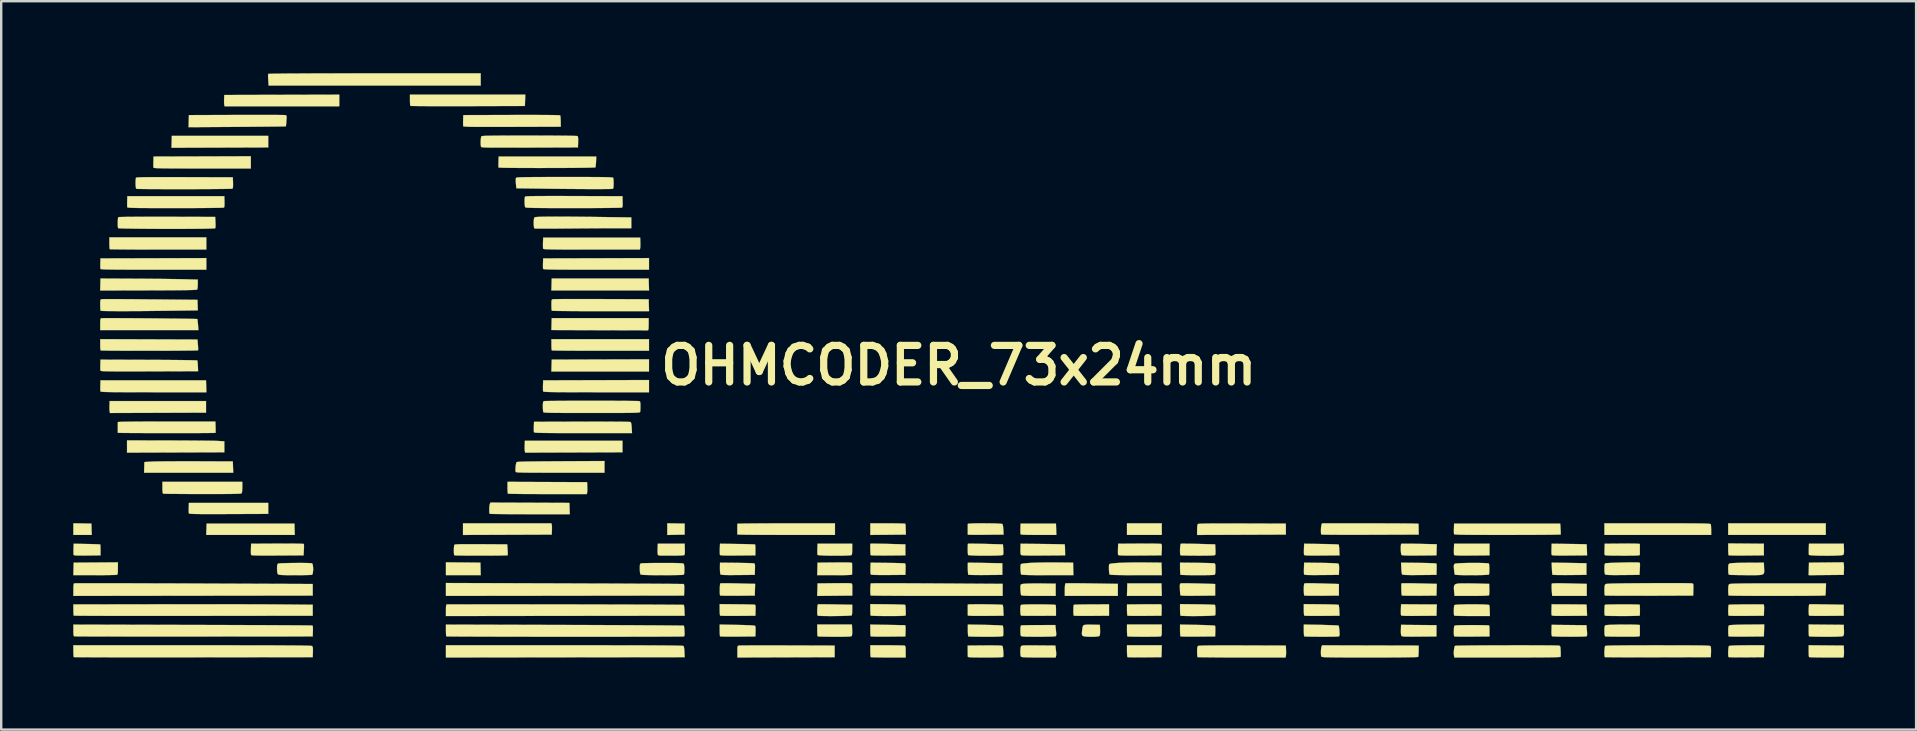
<source format=kicad_pcb>
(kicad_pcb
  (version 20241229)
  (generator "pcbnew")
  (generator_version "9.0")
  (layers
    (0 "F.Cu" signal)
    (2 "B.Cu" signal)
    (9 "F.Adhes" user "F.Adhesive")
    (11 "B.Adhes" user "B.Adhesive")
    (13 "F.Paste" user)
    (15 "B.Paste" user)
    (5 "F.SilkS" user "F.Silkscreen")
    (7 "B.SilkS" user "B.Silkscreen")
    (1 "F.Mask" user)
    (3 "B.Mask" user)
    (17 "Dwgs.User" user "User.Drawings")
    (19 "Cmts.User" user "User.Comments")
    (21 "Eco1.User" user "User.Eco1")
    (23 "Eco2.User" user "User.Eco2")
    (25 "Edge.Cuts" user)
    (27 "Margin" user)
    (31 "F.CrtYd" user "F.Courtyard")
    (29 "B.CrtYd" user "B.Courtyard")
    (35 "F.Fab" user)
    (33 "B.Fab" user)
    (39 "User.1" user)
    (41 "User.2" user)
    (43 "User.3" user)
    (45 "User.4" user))
  (footprint "OHMCODER_73x24mm"
    (layer "F.Cu")
    (at 36.888 12.172)
    (property "Reference" "OHMCODER_73x24mm" (at 0 0 0) (layer "F.SilkS") (effects (font (size 1.524 1.524) (thickness 0.3))))
    (attr through_hole)
    (fp_poly (pts (xy -28.765 -9.081) (xy -32.793 -9.067) (xy -32.779 -9.563) (xy -28.765 -9.563) (xy -28.765 -9.081)) (stroke (width 0.01) (type solid)) (fill yes) (layer "F.SilkS"))
    (fp_poly (pts (xy 8.458 7.061) (xy 7.01 7.061) (xy 7.01 6.579) (xy 8.458 6.579) (xy 8.458 7.061)) (stroke (width 0.01) (type solid)) (fill yes) (layer "F.SilkS"))
    (fp_poly (pts (xy 36.119 7.061) (xy 32.055 7.061) (xy 32.055 6.579) (xy 36.119 6.579) (xy 36.119 7.061)) (stroke (width 0.01) (type solid)) (fill yes) (layer "F.SilkS"))
    (fp_poly (pts (xy -36.506 6.584) (xy -36.132 6.591) (xy -36.117 7.061) (xy -36.881 7.061) (xy -36.881 6.577) (xy -36.506 6.584)) (stroke (width 0.01) (type solid)) (fill yes) (layer "F.SilkS"))
    (fp_poly (pts (xy -27.659 7.061) (xy -31.346 7.061) (xy -31.338 6.826) (xy -31.331 6.591) (xy -27.673 6.591) (xy -27.659 7.061)) (stroke (width 0.01) (type solid)) (fill yes) (layer "F.SilkS"))
    (fp_poly (pts (xy -19.926 8.217) (xy -19.919 8.477) (xy -19.912 8.738) (xy -21.361 8.738) (xy -21.361 8.203) (xy -19.926 8.217)) (stroke (width 0.01) (type solid)) (fill yes) (layer "F.SilkS"))
    (fp_poly (pts (xy -12.909 -3.372) (xy -12.901 -3.124) (xy -16.969 -3.124) (xy -16.954 -3.619) (xy -12.916 -3.619) (xy -12.909 -3.372)) (stroke (width 0.01) (type solid)) (fill yes) (layer "F.SilkS"))
    (fp_poly (pts (xy -12.903 0.254) (xy -16.969 0.254) (xy -16.954 -0.241) (xy -14.929 -0.248) (xy -12.903 -0.254) (xy -12.903 0.254)) (stroke (width 0.01) (type solid)) (fill yes) (layer "F.SilkS"))
    (fp_poly (pts (xy -11.779 6.584) (xy -11.417 6.591) (xy -11.417 7.048) (xy -12.141 7.063) (xy -12.141 6.577) (xy -11.779 6.584)) (stroke (width 0.01) (type solid)) (fill yes) (layer "F.SilkS"))
    (fp_poly (pts (xy 8.453 9.341) (xy 8.46 9.601) (xy 7.009 9.601) (xy 7.023 9.081) (xy 8.445 9.081) (xy 8.453 9.341)) (stroke (width 0.01) (type solid)) (fill yes) (layer "F.SilkS"))
    (fp_poly (pts (xy -25.806 -10.795) (xy -30.581 -10.795) (xy -30.595 -10.853) (xy -30.601 -10.907) (xy -30.604 -10.993) (xy -30.602 -11.088) (xy -30.594 -11.265) (xy -25.806 -11.278) (xy -25.806 -10.795)) (stroke (width 0.01) (type solid)) (fill yes) (layer "F.SilkS"))
    (fp_poly (pts (xy -16.954 6.636) (xy -16.947 6.691) (xy -16.945 6.777) (xy -16.947 6.871) (xy -16.954 7.048) (xy -18.802 7.055) (xy -20.65 7.062) (xy -20.65 6.579) (xy -16.968 6.579) (xy -16.954 6.636)) (stroke (width 0.01) (type solid)) (fill yes) (layer "F.SilkS"))
    (fp_poly (pts (xy -31.356 1.968) (xy -33.356 1.975) (xy -35.356 1.982) (xy -35.37 1.924) (xy -35.376 1.871) (xy -35.379 1.785) (xy -35.377 1.684) (xy -35.377 1.676) (xy -35.37 1.486) (xy -31.356 1.486) (xy -31.356 1.968)) (stroke (width 0.01) (type solid)) (fill yes) (layer "F.SilkS"))
    (fp_poly (pts (xy -14.008 3.619) (xy -16.033 3.626) (xy -18.058 3.633) (xy -18.073 3.575) (xy -18.079 3.522) (xy -18.082 3.436) (xy -18.08 3.335) (xy -18.08 3.327) (xy -18.072 3.137) (xy -14.008 3.137) (xy -14.008 3.619)) (stroke (width 0.01) (type solid)) (fill yes) (layer "F.SilkS"))
    (fp_poly (pts (xy 36.869 8.261) (xy 36.875 8.313) (xy 36.877 8.4) (xy 36.876 8.502) (xy 36.876 8.522) (xy 36.868 8.725) (xy 36.137 8.732) (xy 35.406 8.738) (xy 35.413 8.478) (xy 35.42 8.217) (xy 36.854 8.203) (xy 36.869 8.261)) (stroke (width 0.01) (type solid)) (fill yes) (layer "F.SilkS"))
    (fp_poly (pts (xy -31.961 3.994) (xy -31.75 3.994) (xy -30.239 4) (xy -30.224 4.47) (xy -33.936 4.47) (xy -33.922 4.026) (xy -33.592 4.007) (xy -33.505 4.004) (xy -33.373 4.001) (xy -33.202 3.998) (xy -32.998 3.996) (xy -32.765 3.995) (xy -32.512 3.994) (xy -32.242 3.993) (xy -31.961 3.994)) (stroke (width 0.01) (type solid)) (fill yes) (layer "F.SilkS"))
    (fp_poly (pts (xy 25.085 9.076) (xy 25.264 9.079) (xy 25.447 9.083) (xy 26.162 9.101) (xy 26.162 9.601) (xy 24.722 9.601) (xy 24.704 9.356) (xy 24.699 9.246) (xy 24.699 9.157) (xy 24.705 9.1) (xy 24.71 9.087) (xy 24.741 9.081) (xy 24.818 9.078) (xy 24.934 9.076) (xy 25.085 9.076)) (stroke (width 0.01) (type solid)) (fill yes) (layer "F.SilkS"))
    (fp_poly (pts (xy -32.899 3.127) (xy -32.597 3.128) (xy -32.304 3.129) (xy -32.023 3.131) (xy -31.761 3.133) (xy -31.522 3.135) (xy -31.312 3.137) (xy -31.135 3.14) (xy -30.997 3.142) (xy -30.901 3.145) (xy -30.874 3.146) (xy -30.594 3.162) (xy -30.594 3.619) (xy -34.646 3.633) (xy -34.646 3.124) (xy -32.899 3.127)) (stroke (width 0.01) (type solid)) (fill yes) (layer "F.SilkS"))
    (fp_poly (pts (xy 19.901 10.821) (xy 19.901 11.29) (xy 19.187 11.297) (xy 18.972 11.299) (xy 18.802 11.299) (xy 18.672 11.298) (xy 18.577 11.295) (xy 18.512 11.289) (xy 18.47 11.282) (xy 18.448 11.272) (xy 18.443 11.268) (xy 18.427 11.219) (xy 18.419 11.126) (xy 18.42 11.02) (xy 18.428 10.808) (xy 19.901 10.821)) (stroke (width 0.01) (type solid)) (fill yes) (layer "F.SilkS"))
    (fp_poly (pts (xy 33.541 7.429) (xy 33.541 7.912) (xy 32.815 7.919) (xy 32.628 7.92) (xy 32.457 7.92) (xy 32.31 7.919) (xy 32.193 7.916) (xy 32.112 7.913) (xy 32.074 7.909) (xy 32.072 7.908) (xy 32.065 7.877) (xy 32.059 7.807) (xy 32.055 7.71) (xy 32.055 7.653) (xy 32.055 7.416) (xy 33.541 7.429)) (stroke (width 0.01) (type solid)) (fill yes) (layer "F.SilkS"))
    (fp_poly (pts (xy -2.774 6.579) (xy -2.605 6.581) (xy -2.459 6.584) (xy -2.343 6.588) (xy -2.264 6.593) (xy -2.227 6.598) (xy -2.226 6.599) (xy -2.219 6.632) (xy -2.213 6.703) (xy -2.209 6.798) (xy -2.208 6.834) (xy -2.202 7.048) (xy -2.942 7.055) (xy -3.683 7.062) (xy -3.683 6.579) (xy -2.961 6.579) (xy -2.774 6.579)) (stroke (width 0.01) (type solid)) (fill yes) (layer "F.SilkS"))
    (fp_poly (pts (xy 4.066 7.061) (xy 3.328 7.061) (xy 3.107 7.061) (xy 2.932 7.059) (xy 2.798 7.057) (xy 2.701 7.053) (xy 2.635 7.047) (xy 2.596 7.04) (xy 2.578 7.03) (xy 2.576 7.027) (xy 2.571 6.987) (xy 2.569 6.911) (xy 2.57 6.814) (xy 2.571 6.792) (xy 2.578 6.591) (xy 4.051 6.591) (xy 4.066 7.061)) (stroke (width 0.01) (type solid)) (fill yes) (layer "F.SilkS"))
    (fp_poly (pts (xy 4.816 9.075) (xy 4.995 9.076) (xy 5.199 9.078) (xy 5.42 9.081) (xy 5.55 9.083) (xy 6.629 9.101) (xy 6.629 9.601) (xy 4.42 9.601) (xy 4.42 9.349) (xy 4.422 9.239) (xy 4.429 9.15) (xy 4.438 9.094) (xy 4.445 9.081) (xy 4.475 9.078) (xy 4.55 9.076) (xy 4.666 9.075) (xy 4.816 9.075)) (stroke (width 0.01) (type solid)) (fill yes) (layer "F.SilkS"))
    (fp_poly (pts (xy 8.453 11.906) (xy 8.445 12.154) (xy 7.745 12.161) (xy 7.562 12.162) (xy 7.395 12.162) (xy 7.251 12.16) (xy 7.138 12.158) (xy 7.061 12.155) (xy 7.028 12.15) (xy 7.028 12.15) (xy 7.02 12.119) (xy 7.014 12.049) (xy 7.011 11.952) (xy 7.01 11.896) (xy 7.01 11.659) (xy 8.46 11.659) (xy 8.453 11.906)) (stroke (width 0.01) (type solid)) (fill yes) (layer "F.SilkS"))
    (fp_poly (pts (xy 22.111 7.912) (xy 21.38 7.919) (xy 21.161 7.92) (xy 20.989 7.921) (xy 20.857 7.919) (xy 20.761 7.916) (xy 20.696 7.911) (xy 20.656 7.904) (xy 20.638 7.895) (xy 20.636 7.891) (xy 20.631 7.851) (xy 20.628 7.775) (xy 20.629 7.676) (xy 20.63 7.643) (xy 20.637 7.429) (xy 22.111 7.429) (xy 22.111 7.912)) (stroke (width 0.01) (type solid)) (fill yes) (layer "F.SilkS"))
    (fp_poly (pts (xy -35.027 8.455) (xy -35.028 8.574) (xy -35.033 8.652) (xy -35.043 8.697) (xy -35.06 8.719) (xy -35.067 8.722) (xy -35.101 8.726) (xy -35.18 8.729) (xy -35.297 8.732) (xy -35.447 8.734) (xy -35.623 8.736) (xy -35.82 8.737) (xy -35.995 8.738) (xy -36.883 8.738) (xy -36.875 8.477) (xy -36.868 8.217) (xy -35.027 8.204) (xy -35.027 8.455)) (stroke (width 0.01) (type solid)) (fill yes) (layer "F.SilkS"))
    (fp_poly (pts (xy -4.712 9.072) (xy -4.596 9.073) (xy -4.517 9.076) (xy -4.483 9.079) (xy -4.46 9.088) (xy -4.445 9.11) (xy -4.437 9.154) (xy -4.434 9.229) (xy -4.435 9.34) (xy -4.437 9.588) (xy -5.166 9.595) (xy -5.895 9.602) (xy -5.887 9.341) (xy -5.88 9.081) (xy -5.207 9.073) (xy -5.025 9.072) (xy -4.857 9.071) (xy -4.712 9.072)) (stroke (width 0.01) (type solid)) (fill yes) (layer "F.SilkS"))
    (fp_poly (pts (xy -31.344 -4.826) (xy -33.346 -4.826) (xy -33.66 -4.826) (xy -33.96 -4.827) (xy -34.241 -4.828) (xy -34.5 -4.829) (xy -34.732 -4.831) (xy -34.934 -4.833) (xy -35.102 -4.835) (xy -35.232 -4.837) (xy -35.32 -4.839) (xy -35.362 -4.842) (xy -35.365 -4.843) (xy -35.373 -4.874) (xy -35.378 -4.944) (xy -35.382 -5.04) (xy -35.382 -5.097) (xy -35.382 -5.334) (xy -31.344 -5.334) (xy -31.344 -4.826)) (stroke (width 0.01) (type solid)) (fill yes) (layer "F.SilkS"))
    (fp_poly (pts (xy -12.903 -0.61) (xy -14.918 -0.61) (xy -15.234 -0.61) (xy -15.535 -0.61) (xy -15.817 -0.611) (xy -16.076 -0.613) (xy -16.31 -0.614) (xy -16.513 -0.616) (xy -16.682 -0.618) (xy -16.813 -0.621) (xy -16.903 -0.623) (xy -16.946 -0.626) (xy -16.95 -0.627) (xy -16.958 -0.658) (xy -16.964 -0.728) (xy -16.967 -0.823) (xy -16.967 -0.868) (xy -16.967 -1.092) (xy -12.903 -1.092) (xy -12.903 -0.61)) (stroke (width 0.01) (type solid)) (fill yes) (layer "F.SilkS"))
    (fp_poly (pts (xy 11.505 6.584) (xy 11.814 6.585) (xy 13.627 6.591) (xy 13.627 7.048) (xy 11.779 7.055) (xy 9.931 7.062) (xy 9.931 6.849) (xy 9.935 6.724) (xy 9.946 6.646) (xy 9.966 6.607) (xy 9.966 6.607) (xy 9.989 6.601) (xy 10.044 6.596) (xy 10.133 6.592) (xy 10.259 6.589) (xy 10.423 6.586) (xy 10.627 6.584) (xy 10.874 6.583) (xy 11.166 6.583) (xy 11.505 6.584)) (stroke (width 0.01) (type solid)) (fill yes) (layer "F.SilkS"))
    (fp_poly (pts (xy -28.765 6.185) (xy -30.411 6.191) (xy -30.749 6.193) (xy -31.039 6.193) (xy -31.285 6.193) (xy -31.49 6.193) (xy -31.658 6.191) (xy -31.792 6.189) (xy -31.896 6.186) (xy -31.971 6.183) (xy -32.023 6.178) (xy -32.054 6.172) (xy -32.068 6.166) (xy -32.069 6.164) (xy -32.075 6.123) (xy -32.077 6.047) (xy -32.076 5.95) (xy -32.075 5.929) (xy -32.068 5.728) (xy -28.765 5.728) (xy -28.765 6.185)) (stroke (width 0.01) (type solid)) (fill yes) (layer "F.SilkS"))
    (fp_poly (pts (xy -18.072 -10.808) (xy -20.449 -10.801) (xy -20.792 -10.8) (xy -21.121 -10.8) (xy -21.431 -10.8) (xy -21.72 -10.8) (xy -21.984 -10.801) (xy -22.22 -10.802) (xy -22.422 -10.803) (xy -22.59 -10.805) (xy -22.718 -10.807) (xy -22.802 -10.809) (xy -22.841 -10.811) (xy -22.843 -10.812) (xy -22.851 -10.843) (xy -22.856 -10.913) (xy -22.86 -11.008) (xy -22.86 -11.053) (xy -22.86 -11.278) (xy -18.057 -11.278) (xy -18.072 -10.808)) (stroke (width 0.01) (type solid)) (fill yes) (layer "F.SilkS"))
    (fp_poly (pts (xy -12.916 -1.717) (xy -12.918 -1.6) (xy -12.925 -1.515) (xy -12.935 -1.469) (xy -12.941 -1.463) (xy -12.97 -1.462) (xy -13.046 -1.462) (xy -13.165 -1.462) (xy -13.322 -1.463) (xy -13.515 -1.463) (xy -13.74 -1.463) (xy -13.992 -1.464) (xy -14.267 -1.465) (xy -14.562 -1.466) (xy -14.873 -1.467) (xy -14.968 -1.467) (xy -16.969 -1.474) (xy -16.962 -1.721) (xy -16.954 -1.968) (xy -12.916 -1.968) (xy -12.916 -1.717)) (stroke (width 0.01) (type solid)) (fill yes) (layer "F.SilkS"))
    (fp_poly (pts (xy 36.868 11.671) (xy 36.876 11.861) (xy 36.878 11.963) (xy 36.875 12.051) (xy 36.869 12.107) (xy 36.869 12.109) (xy 36.854 12.167) (xy 36.148 12.167) (xy 35.963 12.166) (xy 35.796 12.164) (xy 35.651 12.162) (xy 35.537 12.158) (xy 35.459 12.155) (xy 35.425 12.15) (xy 35.425 12.15) (xy 35.417 12.118) (xy 35.411 12.048) (xy 35.408 11.952) (xy 35.408 11.895) (xy 35.408 11.658) (xy 36.868 11.671)) (stroke (width 0.01) (type solid)) (fill yes) (layer "F.SilkS"))
    (fp_poly (pts (xy -17.863 5.721) (xy -16.218 5.728) (xy -16.203 6.198) (xy -17.864 6.198) (xy -18.15 6.197) (xy -18.42 6.197) (xy -18.672 6.195) (xy -18.9 6.194) (xy -19.1 6.192) (xy -19.268 6.19) (xy -19.399 6.187) (xy -19.49 6.185) (xy -19.536 6.182) (xy -19.541 6.181) (xy -19.552 6.144) (xy -19.557 6.074) (xy -19.557 5.985) (xy -19.552 5.894) (xy -19.543 5.818) (xy -19.533 5.78) (xy -19.508 5.715) (xy -17.863 5.721)) (stroke (width 0.01) (type solid)) (fill yes) (layer "F.SilkS"))
    (fp_poly (pts (xy -7.806 11.663) (xy -7.51 11.664) (xy -7.2 11.665) (xy -7.137 11.665) (xy -5.169 11.671) (xy -5.169 12.154) (xy -9.22 12.167) (xy -9.22 11.926) (xy -9.219 11.814) (xy -9.216 11.742) (xy -9.207 11.702) (xy -9.191 11.682) (xy -9.165 11.672) (xy -9.163 11.672) (xy -9.129 11.67) (xy -9.048 11.668) (xy -8.925 11.666) (xy -8.762 11.665) (xy -8.565 11.664) (xy -8.338 11.664) (xy -8.083 11.663) (xy -7.806 11.663)) (stroke (width 0.01) (type solid)) (fill yes) (layer "F.SilkS"))
    (fp_poly (pts (xy -31.349 0.87) (xy -31.342 1.118) (xy -33.541 1.118) (xy -33.935 1.117) (xy -34.282 1.117) (xy -34.583 1.116) (xy -34.843 1.115) (xy -35.063 1.114) (xy -35.247 1.112) (xy -35.397 1.11) (xy -35.516 1.107) (xy -35.607 1.104) (xy -35.674 1.1) (xy -35.718 1.095) (xy -35.744 1.089) (xy -35.752 1.084) (xy -35.758 1.044) (xy -35.76 0.968) (xy -35.759 0.869) (xy -35.758 0.836) (xy -35.751 0.622) (xy -31.356 0.622) (xy -31.349 0.87)) (stroke (width 0.01) (type solid)) (fill yes) (layer "F.SilkS"))
    (fp_poly (pts (xy -29.489 -8.204) (xy -31.509 -8.204) (xy -31.887 -8.204) (xy -32.216 -8.205) (xy -32.501 -8.205) (xy -32.744 -8.207) (xy -32.948 -8.208) (xy -33.116 -8.21) (xy -33.252 -8.213) (xy -33.357 -8.216) (xy -33.436 -8.22) (xy -33.491 -8.224) (xy -33.525 -8.23) (xy -33.541 -8.236) (xy -33.543 -8.238) (xy -33.548 -8.278) (xy -33.55 -8.354) (xy -33.549 -8.453) (xy -33.548 -8.486) (xy -33.541 -8.7) (xy -31.515 -8.706) (xy -29.489 -8.713) (xy -29.489 -8.204)) (stroke (width 0.01) (type solid)) (fill yes) (layer "F.SilkS"))
    (fp_poly (pts (xy -19.914 -11.659) (xy -28.746 -11.659) (xy -28.763 -11.888) (xy -28.769 -11.992) (xy -28.771 -12.078) (xy -28.768 -12.132) (xy -28.765 -12.142) (xy -28.738 -12.145) (xy -28.66 -12.148) (xy -28.534 -12.151) (xy -28.36 -12.154) (xy -28.138 -12.156) (xy -27.87 -12.159) (xy -27.557 -12.16) (xy -27.199 -12.162) (xy -26.798 -12.164) (xy -26.354 -12.165) (xy -25.868 -12.166) (xy -25.341 -12.166) (xy -24.774 -12.167) (xy -24.332 -12.167) (xy -19.914 -12.167) (xy -19.914 -11.659)) (stroke (width 0.01) (type solid)) (fill yes) (layer "F.SilkS"))
    (fp_poly (pts (xy -12.903 -3.988) (xy -15.101 -3.988) (xy -15.495 -3.988) (xy -15.842 -3.988) (xy -16.143 -3.989) (xy -16.402 -3.99) (xy -16.622 -3.991) (xy -16.805 -3.993) (xy -16.955 -3.996) (xy -17.075 -3.998) (xy -17.166 -4.002) (xy -17.233 -4.006) (xy -17.277 -4.01) (xy -17.303 -4.016) (xy -17.312 -4.022) (xy -17.317 -4.062) (xy -17.32 -4.138) (xy -17.318 -4.235) (xy -17.318 -4.257) (xy -17.31 -4.458) (xy -15.107 -4.464) (xy -12.903 -4.471) (xy -12.903 -3.988)) (stroke (width 0.01) (type solid)) (fill yes) (layer "F.SilkS"))
    (fp_poly (pts (xy -12.903 1.118) (xy -15.101 1.118) (xy -15.496 1.117) (xy -15.842 1.117) (xy -16.144 1.116) (xy -16.403 1.115) (xy -16.623 1.114) (xy -16.807 1.112) (xy -16.957 1.11) (xy -17.076 1.107) (xy -17.167 1.104) (xy -17.234 1.1) (xy -17.278 1.095) (xy -17.303 1.089) (xy -17.312 1.084) (xy -17.317 1.044) (xy -17.319 0.968) (xy -17.319 0.869) (xy -17.318 0.836) (xy -17.31 0.622) (xy -15.107 0.616) (xy -12.903 0.609) (xy -12.903 1.118)) (stroke (width 0.01) (type solid)) (fill yes) (layer "F.SilkS"))
    (fp_poly (pts (xy 25.311 8.226) (xy 25.489 8.229) (xy 25.657 8.232) (xy 25.805 8.235) (xy 25.925 8.237) (xy 26.008 8.238) (xy 26.035 8.239) (xy 26.149 8.242) (xy 26.149 8.725) (xy 25.446 8.732) (xy 25.262 8.733) (xy 25.096 8.732) (xy 24.953 8.731) (xy 24.84 8.728) (xy 24.764 8.724) (xy 24.732 8.719) (xy 24.731 8.719) (xy 24.725 8.687) (xy 24.719 8.616) (xy 24.713 8.518) (xy 24.711 8.458) (xy 24.701 8.217) (xy 25.311 8.226)) (stroke (width 0.01) (type solid)) (fill yes) (layer "F.SilkS"))
    (fp_poly (pts (xy -31.344 -4.229) (xy -31.344 -3.988) (xy -33.541 -3.988) (xy -33.936 -3.988) (xy -34.282 -3.988) (xy -34.583 -3.989) (xy -34.842 -3.99) (xy -35.062 -3.991) (xy -35.246 -3.993) (xy -35.396 -3.996) (xy -35.515 -3.998) (xy -35.606 -4.002) (xy -35.673 -4.006) (xy -35.718 -4.01) (xy -35.743 -4.016) (xy -35.752 -4.022) (xy -35.758 -4.062) (xy -35.76 -4.138) (xy -35.759 -4.235) (xy -35.758 -4.257) (xy -35.751 -4.458) (xy -33.547 -4.464) (xy -31.344 -4.471) (xy -31.344 -4.229)) (stroke (width 0.01) (type solid)) (fill yes) (layer "F.SilkS"))
    (fp_poly (pts (xy -15.481 4.864) (xy -15.474 5.054) (xy -15.472 5.156) (xy -15.474 5.243) (xy -15.48 5.3) (xy -15.481 5.302) (xy -15.495 5.359) (xy -17.129 5.359) (xy -17.412 5.359) (xy -17.68 5.358) (xy -17.929 5.357) (xy -18.155 5.356) (xy -18.352 5.354) (xy -18.517 5.351) (xy -18.646 5.349) (xy -18.733 5.346) (xy -18.776 5.343) (xy -18.779 5.342) (xy -18.786 5.311) (xy -18.792 5.241) (xy -18.796 5.145) (xy -18.796 5.088) (xy -18.796 4.851) (xy -15.481 4.864)) (stroke (width 0.01) (type solid)) (fill yes) (layer "F.SilkS"))
    (fp_poly (pts (xy 18.948 9.953) (xy 19.124 9.954) (xy 19.298 9.955) (xy 19.46 9.956) (xy 19.595 9.957) (xy 19.692 9.957) (xy 19.692 9.957) (xy 19.916 9.957) (xy 19.901 10.427) (xy 19.17 10.433) (xy 18.951 10.435) (xy 18.779 10.435) (xy 18.647 10.434) (xy 18.551 10.431) (xy 18.486 10.426) (xy 18.447 10.419) (xy 18.428 10.41) (xy 18.426 10.406) (xy 18.421 10.366) (xy 18.418 10.289) (xy 18.419 10.191) (xy 18.42 10.16) (xy 18.428 9.949) (xy 18.948 9.953)) (stroke (width 0.01) (type solid)) (fill yes) (layer "F.SilkS"))
    (fp_poly (pts (xy 29.494 6.579) (xy 29.834 6.579) (xy 30.129 6.579) (xy 30.383 6.58) (xy 30.599 6.581) (xy 30.78 6.583) (xy 30.928 6.585) (xy 31.047 6.587) (xy 31.14 6.59) (xy 31.211 6.594) (xy 31.262 6.598) (xy 31.296 6.603) (xy 31.316 6.609) (xy 31.326 6.615) (xy 31.328 6.619) (xy 31.336 6.662) (xy 31.341 6.741) (xy 31.344 6.84) (xy 31.344 6.86) (xy 31.344 7.061) (xy 26.899 7.061) (xy 26.899 6.579) (xy 29.106 6.579) (xy 29.494 6.579)) (stroke (width 0.01) (type solid)) (fill yes) (layer "F.SilkS"))
    (fp_poly (pts (xy 33.541 12.154) (xy 32.815 12.161) (xy 32.628 12.162) (xy 32.457 12.162) (xy 32.31 12.16) (xy 32.193 12.158) (xy 32.112 12.155) (xy 32.074 12.151) (xy 32.072 12.15) (xy 32.06 12.113) (xy 32.054 12.041) (xy 32.054 11.949) (xy 32.058 11.852) (xy 32.066 11.766) (xy 32.078 11.706) (xy 32.087 11.689) (xy 32.124 11.68) (xy 32.211 11.672) (xy 32.345 11.666) (xy 32.525 11.662) (xy 32.751 11.66) (xy 32.838 11.659) (xy 33.555 11.657) (xy 33.541 12.154)) (stroke (width 0.01) (type solid)) (fill yes) (layer "F.SilkS"))
    (fp_poly (pts (xy -4.642 8.21) (xy -4.548 8.213) (xy -4.487 8.219) (xy -4.454 8.226) (xy -4.444 8.236) (xy -4.443 8.288) (xy -4.442 8.371) (xy -4.442 8.468) (xy -4.442 8.565) (xy -4.442 8.647) (xy -4.443 8.698) (xy -4.443 8.706) (xy -4.455 8.716) (xy -4.491 8.723) (xy -4.558 8.729) (xy -4.658 8.733) (xy -4.796 8.736) (xy -4.977 8.737) (xy -5.17 8.738) (xy -5.895 8.738) (xy -5.88 8.217) (xy -5.163 8.21) (xy -4.944 8.209) (xy -4.772 8.208) (xy -4.642 8.21)) (stroke (width 0.01) (type solid)) (fill yes) (layer "F.SilkS"))
    (fp_poly (pts (xy -4.438 7.649) (xy -4.44 7.751) (xy -4.445 7.836) (xy -4.453 7.888) (xy -4.456 7.896) (xy -4.486 7.906) (xy -4.559 7.914) (xy -4.666 7.92) (xy -4.8 7.924) (xy -4.952 7.927) (xy -5.115 7.927) (xy -5.281 7.927) (xy -5.441 7.924) (xy -5.587 7.92) (xy -5.713 7.914) (xy -5.809 7.907) (xy -5.867 7.898) (xy -5.882 7.891) (xy -5.887 7.851) (xy -5.889 7.775) (xy -5.889 7.676) (xy -5.888 7.643) (xy -5.88 7.429) (xy -4.438 7.429) (xy -4.438 7.649)) (stroke (width 0.01) (type solid)) (fill yes) (layer "F.SilkS"))
    (fp_poly (pts (xy 6.261 10.427) (xy 5.535 10.433) (xy 5.348 10.435) (xy 5.178 10.434) (xy 5.031 10.433) (xy 4.913 10.431) (xy 4.832 10.428) (xy 4.794 10.424) (xy 4.793 10.423) (xy 4.783 10.39) (xy 4.778 10.321) (xy 4.776 10.233) (xy 4.777 10.139) (xy 4.781 10.055) (xy 4.788 9.994) (xy 4.796 9.972) (xy 4.826 9.969) (xy 4.901 9.965) (xy 5.012 9.962) (xy 5.155 9.959) (xy 5.322 9.957) (xy 5.506 9.956) (xy 5.539 9.956) (xy 6.261 9.952) (xy 6.261 10.427)) (stroke (width 0.01) (type solid)) (fill yes) (layer "F.SilkS"))
    (fp_poly (pts (xy 18.795 7.428) (xy 18.962 7.43) (xy 19.147 7.434) (xy 19.187 7.434) (xy 19.915 7.45) (xy 19.901 7.912) (xy 19.189 7.919) (xy 18.963 7.92) (xy 18.785 7.92) (xy 18.648 7.918) (xy 18.55 7.914) (xy 18.486 7.907) (xy 18.452 7.899) (xy 18.446 7.895) (xy 18.432 7.857) (xy 18.422 7.786) (xy 18.416 7.695) (xy 18.415 7.599) (xy 18.418 7.514) (xy 18.426 7.453) (xy 18.436 7.432) (xy 18.466 7.429) (xy 18.541 7.427) (xy 18.652 7.427) (xy 18.795 7.428)) (stroke (width 0.01) (type solid)) (fill yes) (layer "F.SilkS"))
    (fp_poly (pts (xy -36.322 7.439) (xy -36.161 7.442) (xy -36.017 7.446) (xy -35.899 7.45) (xy -35.814 7.454) (xy -35.769 7.458) (xy -35.764 7.46) (xy -35.758 7.488) (xy -35.754 7.555) (xy -35.751 7.649) (xy -35.751 7.691) (xy -35.751 7.912) (xy -36.304 7.919) (xy -36.491 7.921) (xy -36.634 7.921) (xy -36.737 7.918) (xy -36.807 7.913) (xy -36.848 7.906) (xy -36.867 7.895) (xy -36.87 7.891) (xy -36.875 7.851) (xy -36.877 7.775) (xy -36.877 7.676) (xy -36.876 7.643) (xy -36.868 7.429) (xy -36.322 7.439)) (stroke (width 0.01) (type solid)) (fill yes) (layer "F.SilkS"))
    (fp_poly (pts (xy -35.718 9.075) (xy -35.403 9.075) (xy -35.056 9.076) (xy -34.681 9.076) (xy -34.28 9.077) (xy -33.855 9.079) (xy -33.409 9.08) (xy -32.944 9.081) (xy -32.462 9.083) (xy -31.967 9.085) (xy -31.862 9.086) (xy -26.911 9.106) (xy -26.911 9.588) (xy -36.881 9.601) (xy -36.881 9.346) (xy -36.879 9.221) (xy -36.872 9.139) (xy -36.861 9.093) (xy -36.846 9.078) (xy -36.818 9.077) (xy -36.741 9.076) (xy -36.618 9.075) (xy -36.452 9.075) (xy -36.245 9.075) (xy -36 9.075) (xy -35.718 9.075)) (stroke (width 0.01) (type solid)) (fill yes) (layer "F.SilkS"))
    (fp_poly (pts (xy -11.41 7.656) (xy -11.409 7.778) (xy -11.414 7.855) (xy -11.428 7.896) (xy -11.435 7.903) (xy -11.47 7.909) (xy -11.547 7.915) (xy -11.658 7.92) (xy -11.796 7.923) (xy -11.953 7.924) (xy -11.995 7.924) (xy -12.171 7.924) (xy -12.303 7.924) (xy -12.397 7.922) (xy -12.46 7.917) (xy -12.499 7.91) (xy -12.52 7.899) (xy -12.531 7.884) (xy -12.536 7.867) (xy -12.542 7.814) (xy -12.544 7.728) (xy -12.543 7.627) (xy -12.542 7.62) (xy -12.535 7.429) (xy -11.417 7.429) (xy -11.41 7.656)) (stroke (width 0.01) (type solid)) (fill yes) (layer "F.SilkS"))
    (fp_poly (pts (xy -3.47 7.426) (xy -3.329 7.428) (xy -3.164 7.431) (xy -2.98 7.435) (xy -2.945 7.436) (xy -2.223 7.455) (xy -2.223 7.912) (xy -2.938 7.919) (xy -3.124 7.92) (xy -3.292 7.919) (xy -3.438 7.918) (xy -3.553 7.915) (xy -3.631 7.91) (xy -3.666 7.905) (xy -3.667 7.904) (xy -3.674 7.871) (xy -3.679 7.802) (xy -3.683 7.712) (xy -3.686 7.616) (xy -3.686 7.527) (xy -3.684 7.46) (xy -3.679 7.429) (xy -3.678 7.429) (xy -3.651 7.427) (xy -3.579 7.426) (xy -3.47 7.426)) (stroke (width 0.01) (type solid)) (fill yes) (layer "F.SilkS"))
    (fp_poly (pts (xy 0.591 8.221) (xy 0.731 8.222) (xy 0.896 8.225) (xy 1.078 8.228) (xy 1.105 8.229) (xy 1.816 8.242) (xy 1.816 8.725) (xy 1.113 8.732) (xy 0.929 8.733) (xy 0.762 8.732) (xy 0.619 8.73) (xy 0.506 8.727) (xy 0.43 8.723) (xy 0.397 8.717) (xy 0.397 8.717) (xy 0.391 8.684) (xy 0.385 8.617) (xy 0.381 8.527) (xy 0.378 8.43) (xy 0.378 8.338) (xy 0.379 8.265) (xy 0.382 8.225) (xy 0.384 8.221) (xy 0.411 8.22) (xy 0.482 8.22) (xy 0.591 8.221)) (stroke (width 0.01) (type solid)) (fill yes) (layer "F.SilkS"))
    (fp_poly (pts (xy 3.506 9.085) (xy 3.626 9.087) (xy 4.039 9.093) (xy 4.039 9.601) (xy 3.329 9.601) (xy 3.102 9.601) (xy 2.923 9.599) (xy 2.787 9.595) (xy 2.691 9.59) (xy 2.631 9.582) (xy 2.603 9.573) (xy 2.601 9.571) (xy 2.59 9.532) (xy 2.58 9.458) (xy 2.572 9.363) (xy 2.571 9.348) (xy 2.567 9.241) (xy 2.572 9.174) (xy 2.587 9.135) (xy 2.598 9.123) (xy 2.638 9.108) (xy 2.721 9.097) (xy 2.848 9.089) (xy 3.02 9.085) (xy 3.239 9.083) (xy 3.506 9.085)) (stroke (width 0.01) (type solid)) (fill yes) (layer "F.SilkS"))
    (fp_poly (pts (xy 8.458 11.034) (xy 8.457 11.15) (xy 8.451 11.224) (xy 8.44 11.266) (xy 8.422 11.286) (xy 8.418 11.288) (xy 8.381 11.292) (xy 8.303 11.296) (xy 8.192 11.299) (xy 8.055 11.301) (xy 7.902 11.302) (xy 7.74 11.303) (xy 7.576 11.302) (xy 7.421 11.301) (xy 7.28 11.299) (xy 7.163 11.296) (xy 7.078 11.292) (xy 7.032 11.288) (xy 7.027 11.286) (xy 7.02 11.255) (xy 7.014 11.185) (xy 7.011 11.089) (xy 7.01 11.032) (xy 7.01 10.795) (xy 8.458 10.795) (xy 8.458 11.034)) (stroke (width 0.01) (type solid)) (fill yes) (layer "F.SilkS"))
    (fp_poly (pts (xy 9.498 9.075) (xy 9.645 9.077) (xy 9.814 9.081) (xy 9.996 9.085) (xy 10.681 9.106) (xy 10.681 9.588) (xy 9.963 9.595) (xy 9.743 9.597) (xy 9.569 9.597) (xy 9.437 9.595) (xy 9.342 9.592) (xy 9.28 9.586) (xy 9.245 9.579) (xy 9.233 9.57) (xy 9.227 9.531) (xy 9.221 9.455) (xy 9.216 9.356) (xy 9.215 9.314) (xy 9.212 9.207) (xy 9.214 9.14) (xy 9.223 9.102) (xy 9.24 9.085) (xy 9.259 9.078) (xy 9.297 9.075) (xy 9.379 9.074) (xy 9.498 9.075)) (stroke (width 0.01) (type solid)) (fill yes) (layer "F.SilkS"))
    (fp_poly (pts (xy 14.639 9.074) (xy 14.784 9.076) (xy 14.951 9.08) (xy 15.135 9.085) (xy 15.143 9.085) (xy 15.837 9.106) (xy 15.837 9.588) (xy 15.124 9.595) (xy 14.939 9.596) (xy 14.77 9.596) (xy 14.624 9.595) (xy 14.509 9.593) (xy 14.43 9.589) (xy 14.395 9.585) (xy 14.394 9.585) (xy 14.386 9.553) (xy 14.38 9.483) (xy 14.377 9.387) (xy 14.376 9.329) (xy 14.378 9.21) (xy 14.385 9.134) (xy 14.397 9.092) (xy 14.412 9.078) (xy 14.446 9.075) (xy 14.524 9.074) (xy 14.639 9.074)) (stroke (width 0.01) (type solid)) (fill yes) (layer "F.SilkS"))
    (fp_poly (pts (xy 25.425 10.815) (xy 26.149 10.823) (xy 26.168 11.042) (xy 26.176 11.158) (xy 26.175 11.232) (xy 26.165 11.272) (xy 26.156 11.282) (xy 26.121 11.288) (xy 26.045 11.293) (xy 25.933 11.297) (xy 25.796 11.299) (xy 25.64 11.301) (xy 25.474 11.302) (xy 25.307 11.301) (xy 25.146 11.3) (xy 24.999 11.298) (xy 24.876 11.294) (xy 24.783 11.29) (xy 24.729 11.284) (xy 24.719 11.281) (xy 24.703 11.253) (xy 24.694 11.19) (xy 24.693 11.086) (xy 24.694 11.034) (xy 24.701 10.808) (xy 25.425 10.815)) (stroke (width 0.01) (type solid)) (fill yes) (layer "F.SilkS"))
    (fp_poly (pts (xy 35.651 9.95) (xy 35.794 9.951) (xy 35.961 9.954) (xy 36.144 9.956) (xy 36.163 9.957) (xy 36.868 9.97) (xy 36.868 10.427) (xy 36.155 10.433) (xy 35.97 10.435) (xy 35.801 10.434) (xy 35.656 10.433) (xy 35.54 10.431) (xy 35.462 10.428) (xy 35.426 10.423) (xy 35.425 10.423) (xy 35.415 10.389) (xy 35.41 10.321) (xy 35.408 10.232) (xy 35.409 10.137) (xy 35.414 10.05) (xy 35.421 9.984) (xy 35.432 9.953) (xy 35.433 9.953) (xy 35.464 9.951) (xy 35.539 9.95) (xy 35.651 9.95)) (stroke (width 0.01) (type solid)) (fill yes) (layer "F.SilkS"))
    (fp_poly (pts (xy 36.868 10.808) (xy 36.876 11.023) (xy 36.878 11.132) (xy 36.874 11.202) (xy 36.862 11.244) (xy 36.841 11.269) (xy 36.839 11.271) (xy 36.811 11.281) (xy 36.755 11.289) (xy 36.667 11.295) (xy 36.543 11.3) (xy 36.377 11.302) (xy 36.167 11.303) (xy 36.118 11.303) (xy 35.938 11.302) (xy 35.774 11.301) (xy 35.634 11.298) (xy 35.525 11.295) (xy 35.452 11.29) (xy 35.425 11.286) (xy 35.417 11.255) (xy 35.411 11.185) (xy 35.408 11.089) (xy 35.408 11.032) (xy 35.408 10.794) (xy 36.868 10.808)) (stroke (width 0.01) (type solid)) (fill yes) (layer "F.SilkS"))
    (fp_poly (pts (xy 36.876 7.645) (xy 36.878 7.754) (xy 36.874 7.824) (xy 36.862 7.866) (xy 36.841 7.891) (xy 36.839 7.893) (xy 36.8 7.903) (xy 36.72 7.912) (xy 36.607 7.919) (xy 36.469 7.924) (xy 36.315 7.927) (xy 36.151 7.928) (xy 35.986 7.927) (xy 35.828 7.925) (xy 35.685 7.92) (xy 35.565 7.914) (xy 35.476 7.906) (xy 35.426 7.896) (xy 35.418 7.891) (xy 35.413 7.851) (xy 35.411 7.775) (xy 35.412 7.676) (xy 35.413 7.643) (xy 35.42 7.429) (xy 36.868 7.429) (xy 36.876 7.645)) (stroke (width 0.01) (type solid)) (fill yes) (layer "F.SilkS"))
    (fp_poly (pts (xy -16.427 9.081) (xy -15.93 9.083) (xy -15.446 9.085) (xy -14.979 9.086) (xy -14.529 9.088) (xy -14.1 9.09) (xy -13.695 9.092) (xy -13.315 9.094) (xy -12.964 9.095) (xy -12.643 9.097) (xy -12.355 9.099) (xy -12.103 9.101) (xy -11.889 9.102) (xy -11.715 9.104) (xy -11.585 9.105) (xy -11.5 9.106) (xy -11.462 9.107) (xy -11.461 9.108) (xy -11.445 9.127) (xy -11.436 9.179) (xy -11.434 9.271) (xy -11.435 9.353) (xy -11.443 9.588) (xy -16.402 9.595) (xy -21.361 9.601) (xy -21.361 9.065) (xy -16.427 9.081)) (stroke (width 0.01) (type solid)) (fill yes) (layer "F.SilkS"))
    (fp_poly (pts (xy -13.264 -5.131) (xy -13.262 -5.03) (xy -13.264 -4.942) (xy -13.27 -4.886) (xy -13.271 -4.883) (xy -13.285 -4.826) (xy -15.292 -4.826) (xy -15.668 -4.826) (xy -15.996 -4.827) (xy -16.28 -4.827) (xy -16.522 -4.828) (xy -16.724 -4.83) (xy -16.891 -4.832) (xy -17.026 -4.835) (xy -17.13 -4.838) (xy -17.208 -4.842) (xy -17.262 -4.846) (xy -17.295 -4.852) (xy -17.31 -4.858) (xy -17.312 -4.86) (xy -17.317 -4.9) (xy -17.319 -4.976) (xy -17.319 -5.074) (xy -17.318 -5.108) (xy -17.31 -5.321) (xy -13.271 -5.321) (xy -13.264 -5.131)) (stroke (width 0.01) (type solid)) (fill yes) (layer "F.SilkS"))
    (fp_poly (pts (xy -9.569 9.076) (xy -9.402 9.078) (xy -9.218 9.082) (xy -9.194 9.083) (xy -8.482 9.101) (xy -8.489 9.345) (xy -8.496 9.588) (xy -9.212 9.595) (xy -9.398 9.596) (xy -9.566 9.596) (xy -9.711 9.594) (xy -9.826 9.592) (xy -9.904 9.588) (xy -9.939 9.583) (xy -9.94 9.583) (xy -9.948 9.545) (xy -9.952 9.473) (xy -9.953 9.38) (xy -9.952 9.281) (xy -9.948 9.189) (xy -9.941 9.118) (xy -9.932 9.082) (xy -9.931 9.08) (xy -9.9 9.077) (xy -9.825 9.075) (xy -9.712 9.074) (xy -9.569 9.076)) (stroke (width 0.01) (type solid)) (fill yes) (layer "F.SilkS"))
    (fp_poly (pts (xy -9.258 8.225) (xy -9.075 8.228) (xy -8.906 8.231) (xy -8.76 8.234) (xy -8.643 8.238) (xy -8.563 8.242) (xy -8.527 8.246) (xy -8.506 8.258) (xy -8.493 8.284) (xy -8.487 8.336) (xy -8.487 8.423) (xy -8.489 8.492) (xy -8.496 8.725) (xy -9.198 8.732) (xy -9.417 8.733) (xy -9.59 8.733) (xy -9.721 8.731) (xy -9.816 8.727) (xy -9.878 8.721) (xy -9.913 8.713) (xy -9.924 8.706) (xy -9.935 8.668) (xy -9.943 8.592) (xy -9.946 8.492) (xy -9.947 8.446) (xy -9.944 8.218) (xy -9.258 8.225)) (stroke (width 0.01) (type solid)) (fill yes) (layer "F.SilkS"))
    (fp_poly (pts (xy -9.239 9.951) (xy -9.052 9.953) (xy -8.881 9.955) (xy -8.733 9.959) (xy -8.613 9.962) (xy -8.531 9.965) (xy -8.491 9.969) (xy -8.489 9.969) (xy -8.472 9.991) (xy -8.464 10.046) (xy -8.462 10.141) (xy -8.464 10.204) (xy -8.471 10.427) (xy -9.197 10.433) (xy -9.384 10.435) (xy -9.554 10.434) (xy -9.701 10.433) (xy -9.819 10.431) (xy -9.9 10.428) (xy -9.938 10.424) (xy -9.939 10.423) (xy -9.947 10.391) (xy -9.953 10.321) (xy -9.956 10.226) (xy -9.957 10.175) (xy -9.957 9.944) (xy -9.239 9.951)) (stroke (width 0.01) (type solid)) (fill yes) (layer "F.SilkS"))
    (fp_poly (pts (xy -9.227 10.81) (xy -8.993 10.815) (xy -8.806 10.821) (xy -8.664 10.827) (xy -8.564 10.835) (xy -8.503 10.843) (xy -8.478 10.853) (xy -8.478 10.854) (xy -8.469 10.892) (xy -8.464 10.967) (xy -8.464 11.063) (xy -8.464 11.087) (xy -8.471 11.29) (xy -9.197 11.297) (xy -9.384 11.298) (xy -9.554 11.298) (xy -9.701 11.297) (xy -9.819 11.295) (xy -9.9 11.291) (xy -9.938 11.287) (xy -9.939 11.286) (xy -9.947 11.255) (xy -9.953 11.185) (xy -9.956 11.089) (xy -9.957 11.033) (xy -9.957 10.796) (xy -9.227 10.81)) (stroke (width 0.01) (type solid)) (fill yes) (layer "F.SilkS"))
    (fp_poly (pts (xy -2.978 10.809) (xy -2.793 10.812) (xy -2.623 10.815) (xy -2.477 10.818) (xy -2.36 10.82) (xy -2.279 10.821) (xy -2.242 10.821) (xy -2.241 10.821) (xy -2.225 10.834) (xy -2.216 10.876) (xy -2.213 10.957) (xy -2.215 11.055) (xy -2.223 11.29) (xy -2.935 11.297) (xy -3.121 11.298) (xy -3.29 11.298) (xy -3.435 11.297) (xy -3.55 11.295) (xy -3.629 11.291) (xy -3.665 11.287) (xy -3.666 11.286) (xy -3.673 11.255) (xy -3.679 11.185) (xy -3.683 11.089) (xy -3.683 11.033) (xy -3.683 10.797) (xy -2.978 10.809)) (stroke (width 0.01) (type solid)) (fill yes) (layer "F.SilkS"))
    (fp_poly (pts (xy -2.974 8.227) (xy -2.79 8.229) (xy -2.621 8.232) (xy -2.475 8.236) (xy -2.359 8.24) (xy -2.28 8.244) (xy -2.244 8.247) (xy -2.243 8.248) (xy -2.226 8.267) (xy -2.216 8.313) (xy -2.213 8.394) (xy -2.215 8.493) (xy -2.223 8.725) (xy -2.921 8.731) (xy -3.105 8.732) (xy -3.274 8.731) (xy -3.42 8.729) (xy -3.536 8.726) (xy -3.616 8.722) (xy -3.652 8.717) (xy -3.652 8.716) (xy -3.669 8.688) (xy -3.677 8.627) (xy -3.679 8.525) (xy -3.678 8.457) (xy -3.67 8.219) (xy -2.974 8.227)) (stroke (width 0.01) (type solid)) (fill yes) (layer "F.SilkS"))
    (fp_poly (pts (xy 5.562 10.801) (xy 5.88 10.808) (xy 5.888 11.02) (xy 5.888 11.144) (xy 5.879 11.23) (xy 5.865 11.267) (xy 5.827 11.284) (xy 5.75 11.295) (xy 5.647 11.303) (xy 5.53 11.305) (xy 5.412 11.303) (xy 5.304 11.297) (xy 5.22 11.285) (xy 5.171 11.269) (xy 5.17 11.269) (xy 5.146 11.245) (xy 5.134 11.21) (xy 5.132 11.15) (xy 5.139 11.054) (xy 5.14 11.046) (xy 5.155 10.931) (xy 5.176 10.859) (xy 5.201 10.826) (xy 5.24 10.811) (xy 5.314 10.802) (xy 5.427 10.799) (xy 5.562 10.801)) (stroke (width 0.01) (type solid)) (fill yes) (layer "F.SilkS"))
    (fp_poly (pts (xy 8.199 9.949) (xy 8.314 9.95) (xy 8.392 9.951) (xy 8.427 9.953) (xy 8.427 9.954) (xy 8.444 9.973) (xy 8.452 10.025) (xy 8.454 10.116) (xy 8.453 10.195) (xy 8.445 10.427) (xy 7.745 10.433) (xy 7.562 10.435) (xy 7.395 10.434) (xy 7.251 10.433) (xy 7.138 10.431) (xy 7.061 10.427) (xy 7.028 10.423) (xy 7.028 10.423) (xy 7.02 10.391) (xy 7.014 10.321) (xy 7.011 10.226) (xy 7.01 10.182) (xy 7.01 9.958) (xy 7.703 9.951) (xy 7.886 9.95) (xy 8.054 9.949) (xy 8.199 9.949)) (stroke (width 0.01) (type solid)) (fill yes) (layer "F.SilkS"))
    (fp_poly (pts (xy 9.938 10.81) (xy 10.124 10.814) (xy 10.294 10.819) (xy 10.44 10.825) (xy 10.557 10.831) (xy 10.637 10.837) (xy 10.674 10.842) (xy 10.675 10.843) (xy 10.684 10.876) (xy 10.689 10.947) (xy 10.689 11.042) (xy 10.688 11.077) (xy 10.681 11.29) (xy 9.968 11.297) (xy 9.782 11.298) (xy 9.614 11.298) (xy 9.468 11.297) (xy 9.353 11.295) (xy 9.274 11.291) (xy 9.239 11.287) (xy 9.238 11.286) (xy 9.23 11.255) (xy 9.224 11.185) (xy 9.221 11.089) (xy 9.22 11.033) (xy 9.22 10.797) (xy 9.938 10.81)) (stroke (width 0.01) (type solid)) (fill yes) (layer "F.SilkS"))
    (fp_poly (pts (xy 15.088 8.226) (xy 15.314 8.23) (xy 15.502 8.235) (xy 15.649 8.241) (xy 15.753 8.249) (xy 15.809 8.257) (xy 15.819 8.261) (xy 15.836 8.296) (xy 15.845 8.369) (xy 15.845 8.485) (xy 15.844 8.507) (xy 15.837 8.725) (xy 15.119 8.732) (xy 14.902 8.733) (xy 14.731 8.733) (xy 14.601 8.732) (xy 14.507 8.729) (xy 14.444 8.724) (xy 14.406 8.717) (xy 14.389 8.707) (xy 14.387 8.704) (xy 14.382 8.665) (xy 14.38 8.588) (xy 14.381 8.488) (xy 14.382 8.444) (xy 14.389 8.218) (xy 15.088 8.226)) (stroke (width 0.01) (type solid)) (fill yes) (layer "F.SilkS"))
    (fp_poly (pts (xy 15.093 9.951) (xy 15.279 9.953) (xy 15.448 9.956) (xy 15.594 9.96) (xy 15.71 9.965) (xy 15.789 9.97) (xy 15.826 9.975) (xy 15.827 9.976) (xy 15.836 10.009) (xy 15.845 10.079) (xy 15.852 10.174) (xy 15.854 10.211) (xy 15.862 10.427) (xy 15.137 10.433) (xy 14.95 10.435) (xy 14.779 10.434) (xy 14.632 10.433) (xy 14.515 10.431) (xy 14.434 10.428) (xy 14.396 10.424) (xy 14.394 10.423) (xy 14.386 10.391) (xy 14.38 10.321) (xy 14.377 10.226) (xy 14.376 10.175) (xy 14.376 9.944) (xy 15.093 9.951)) (stroke (width 0.01) (type solid)) (fill yes) (layer "F.SilkS"))
    (fp_poly (pts (xy 18.798 9.075) (xy 18.965 9.078) (xy 19.149 9.081) (xy 19.188 9.082) (xy 19.915 9.101) (xy 19.908 9.345) (xy 19.901 9.588) (xy 19.185 9.595) (xy 19 9.596) (xy 18.831 9.596) (xy 18.686 9.594) (xy 18.572 9.592) (xy 18.493 9.588) (xy 18.459 9.583) (xy 18.457 9.583) (xy 18.45 9.547) (xy 18.444 9.476) (xy 18.439 9.384) (xy 18.436 9.285) (xy 18.436 9.192) (xy 18.438 9.12) (xy 18.443 9.083) (xy 18.444 9.081) (xy 18.473 9.077) (xy 18.546 9.075) (xy 18.657 9.074) (xy 18.798 9.075)) (stroke (width 0.01) (type solid)) (fill yes) (layer "F.SilkS"))
    (fp_poly (pts (xy 19.152 8.226) (xy 19.339 8.229) (xy 19.509 8.232) (xy 19.657 8.237) (xy 19.774 8.242) (xy 19.855 8.247) (xy 19.894 8.252) (xy 19.896 8.253) (xy 19.904 8.286) (xy 19.909 8.356) (xy 19.909 8.452) (xy 19.908 8.499) (xy 19.901 8.725) (xy 19.199 8.732) (xy 18.98 8.733) (xy 18.807 8.733) (xy 18.676 8.731) (xy 18.581 8.727) (xy 18.518 8.721) (xy 18.483 8.713) (xy 18.472 8.706) (xy 18.459 8.668) (xy 18.448 8.592) (xy 18.439 8.492) (xy 18.437 8.446) (xy 18.428 8.218) (xy 19.152 8.226)) (stroke (width 0.01) (type solid)) (fill yes) (layer "F.SilkS"))
    (fp_poly (pts (xy 21.329 9.082) (xy 21.502 9.085) (xy 21.543 9.086) (xy 22.095 9.101) (xy 22.103 9.327) (xy 22.104 9.431) (xy 22.1 9.515) (xy 22.091 9.568) (xy 22.087 9.577) (xy 22.055 9.584) (xy 21.978 9.59) (xy 21.862 9.595) (xy 21.711 9.598) (xy 21.533 9.601) (xy 21.358 9.601) (xy 20.655 9.601) (xy 20.636 9.409) (xy 20.628 9.28) (xy 20.634 9.193) (xy 20.66 9.138) (xy 20.711 9.107) (xy 20.792 9.09) (xy 20.832 9.086) (xy 20.906 9.082) (xy 21.02 9.08) (xy 21.165 9.08) (xy 21.329 9.082)) (stroke (width 0.01) (type solid)) (fill yes) (layer "F.SilkS"))
    (fp_poly (pts (xy 33.541 11.29) (xy 32.815 11.297) (xy 32.628 11.298) (xy 32.457 11.298) (xy 32.31 11.297) (xy 32.193 11.295) (xy 32.112 11.291) (xy 32.074 11.287) (xy 32.072 11.286) (xy 32.064 11.255) (xy 32.058 11.185) (xy 32.055 11.091) (xy 32.055 11.058) (xy 32.057 10.951) (xy 32.063 10.883) (xy 32.077 10.845) (xy 32.099 10.825) (xy 32.099 10.825) (xy 32.136 10.819) (xy 32.216 10.813) (xy 32.333 10.808) (xy 32.479 10.803) (xy 32.649 10.799) (xy 32.834 10.797) (xy 32.849 10.797) (xy 33.555 10.791) (xy 33.541 11.29)) (stroke (width 0.01) (type solid)) (fill yes) (layer "F.SilkS"))
    (fp_poly (pts (xy -9.22 7.439) (xy -9.034 7.442) (xy -8.864 7.445) (xy -8.718 7.449) (xy -8.602 7.453) (xy -8.522 7.456) (xy -8.485 7.46) (xy -8.484 7.46) (xy -8.478 7.489) (xy -8.473 7.556) (xy -8.471 7.65) (xy -8.471 7.692) (xy -8.471 7.912) (xy -9.202 7.919) (xy -9.42 7.92) (xy -9.593 7.921) (xy -9.725 7.919) (xy -9.821 7.916) (xy -9.886 7.911) (xy -9.925 7.904) (xy -9.944 7.895) (xy -9.946 7.891) (xy -9.951 7.851) (xy -9.953 7.775) (xy -9.953 7.676) (xy -9.952 7.643) (xy -9.944 7.429) (xy -9.22 7.439)) (stroke (width 0.01) (type solid)) (fill yes) (layer "F.SilkS"))
    (fp_poly (pts (xy -4.44 11.005) (xy -4.438 11.108) (xy -4.441 11.195) (xy -4.449 11.251) (xy -4.452 11.259) (xy -4.461 11.272) (xy -4.48 11.282) (xy -4.514 11.29) (xy -4.569 11.295) (xy -4.65 11.299) (xy -4.763 11.301) (xy -4.915 11.303) (xy -5.11 11.303) (xy -5.166 11.303) (xy -5.348 11.302) (xy -5.514 11.301) (xy -5.657 11.298) (xy -5.769 11.295) (xy -5.844 11.291) (xy -5.876 11.286) (xy -5.876 11.286) (xy -5.883 11.255) (xy -5.889 11.185) (xy -5.892 11.089) (xy -5.893 11.032) (xy -5.893 10.795) (xy -4.449 10.795) (xy -4.44 11.005)) (stroke (width 0.01) (type solid)) (fill yes) (layer "F.SilkS"))
    (fp_poly (pts (xy -2.802 11.659) (xy -2.633 11.661) (xy -2.486 11.663) (xy -2.369 11.666) (xy -2.288 11.67) (xy -2.251 11.674) (xy -2.25 11.674) (xy -2.231 11.691) (xy -2.218 11.729) (xy -2.212 11.797) (xy -2.21 11.905) (xy -2.21 11.928) (xy -2.21 12.167) (xy -2.929 12.167) (xy -3.116 12.166) (xy -3.285 12.164) (xy -3.432 12.162) (xy -3.548 12.159) (xy -3.628 12.155) (xy -3.665 12.15) (xy -3.666 12.15) (xy -3.673 12.118) (xy -3.679 12.048) (xy -3.683 11.952) (xy -3.683 11.896) (xy -3.683 11.659) (xy -2.987 11.659) (xy -2.802 11.659)) (stroke (width 0.01) (type solid)) (fill yes) (layer "F.SilkS"))
    (fp_poly (pts (xy 3.493 7.439) (xy 3.703 7.442) (xy 3.896 7.444) (xy 4.068 7.447) (xy 4.211 7.45) (xy 4.321 7.452) (xy 4.391 7.454) (xy 4.416 7.456) (xy 4.42 7.483) (xy 4.424 7.549) (xy 4.427 7.642) (xy 4.428 7.688) (xy 4.432 7.912) (xy 3.528 7.919) (xy 3.283 7.92) (xy 3.085 7.921) (xy 2.928 7.92) (xy 2.808 7.918) (xy 2.719 7.915) (xy 2.658 7.909) (xy 2.619 7.903) (xy 2.598 7.894) (xy 2.593 7.889) (xy 2.577 7.841) (xy 2.57 7.748) (xy 2.571 7.642) (xy 2.578 7.429) (xy 3.493 7.439)) (stroke (width 0.01) (type solid)) (fill yes) (layer "F.SilkS"))
    (fp_poly (pts (xy 4.14 8.21) (xy 4.763 8.217) (xy 4.77 8.477) (xy 4.777 8.738) (xy 3.698 8.738) (xy 3.414 8.737) (xy 3.178 8.736) (xy 2.987 8.734) (xy 2.838 8.73) (xy 2.728 8.726) (xy 2.653 8.721) (xy 2.612 8.714) (xy 2.601 8.708) (xy 2.588 8.662) (xy 2.578 8.583) (xy 2.573 8.489) (xy 2.573 8.396) (xy 2.578 8.321) (xy 2.588 8.281) (xy 2.624 8.265) (xy 2.707 8.251) (xy 2.832 8.238) (xy 2.994 8.227) (xy 3.191 8.219) (xy 3.416 8.213) (xy 3.666 8.209) (xy 3.937 8.209) (xy 4.14 8.21)) (stroke (width 0.01) (type solid)) (fill yes) (layer "F.SilkS"))
    (fp_poly (pts (xy 7.823 8.21) (xy 8.445 8.217) (xy 8.453 8.477) (xy 8.46 8.738) (xy 7.381 8.738) (xy 7.076 8.737) (xy 6.82 8.735) (xy 6.614 8.732) (xy 6.457 8.728) (xy 6.351 8.722) (xy 6.295 8.715) (xy 6.286 8.711) (xy 6.273 8.666) (xy 6.263 8.589) (xy 6.258 8.495) (xy 6.257 8.402) (xy 6.261 8.325) (xy 6.27 8.282) (xy 6.271 8.281) (xy 6.307 8.265) (xy 6.39 8.251) (xy 6.515 8.238) (xy 6.677 8.227) (xy 6.874 8.219) (xy 7.099 8.213) (xy 7.349 8.209) (xy 7.62 8.209) (xy 7.823 8.21)) (stroke (width 0.01) (type solid)) (fill yes) (layer "F.SilkS"))
    (fp_poly (pts (xy 7.956 7.422) (xy 8.129 7.424) (xy 8.269 7.427) (xy 8.371 7.431) (xy 8.43 7.436) (xy 8.442 7.44) (xy 8.457 7.481) (xy 8.462 7.571) (xy 8.458 7.688) (xy 8.445 7.912) (xy 7.549 7.919) (xy 7.305 7.92) (xy 7.108 7.921) (xy 6.952 7.92) (xy 6.833 7.918) (xy 6.747 7.914) (xy 6.69 7.909) (xy 6.656 7.902) (xy 6.641 7.893) (xy 6.64 7.891) (xy 6.635 7.851) (xy 6.633 7.775) (xy 6.634 7.676) (xy 6.635 7.643) (xy 6.642 7.429) (xy 7.528 7.423) (xy 7.754 7.422) (xy 7.956 7.422)) (stroke (width 0.01) (type solid)) (fill yes) (layer "F.SilkS"))
    (fp_poly (pts (xy 15.1 7.439) (xy 15.285 7.442) (xy 15.454 7.446) (xy 15.599 7.45) (xy 15.714 7.454) (xy 15.792 7.459) (xy 15.827 7.464) (xy 15.828 7.464) (xy 15.836 7.495) (xy 15.845 7.564) (xy 15.852 7.659) (xy 15.853 7.696) (xy 15.862 7.912) (xy 15.131 7.919) (xy 14.913 7.92) (xy 14.74 7.921) (xy 14.608 7.919) (xy 14.512 7.916) (xy 14.447 7.911) (xy 14.408 7.904) (xy 14.39 7.895) (xy 14.387 7.891) (xy 14.382 7.851) (xy 14.38 7.775) (xy 14.381 7.676) (xy 14.382 7.643) (xy 14.389 7.429) (xy 15.1 7.439)) (stroke (width 0.01) (type solid)) (fill yes) (layer "F.SilkS"))
    (fp_poly (pts (xy 25.424 9.954) (xy 25.61 9.955) (xy 25.778 9.957) (xy 25.923 9.958) (xy 26.038 9.96) (xy 26.115 9.962) (xy 26.15 9.963) (xy 26.151 9.964) (xy 26.154 9.99) (xy 26.159 10.055) (xy 26.163 10.148) (xy 26.166 10.198) (xy 26.175 10.427) (xy 25.444 10.433) (xy 25.225 10.435) (xy 25.053 10.435) (xy 24.921 10.434) (xy 24.825 10.431) (xy 24.76 10.426) (xy 24.72 10.419) (xy 24.702 10.41) (xy 24.7 10.406) (xy 24.695 10.366) (xy 24.692 10.289) (xy 24.693 10.191) (xy 24.694 10.161) (xy 24.701 9.951) (xy 25.424 9.954)) (stroke (width 0.01) (type solid)) (fill yes) (layer "F.SilkS"))
    (fp_poly (pts (xy 25.425 7.438) (xy 25.611 7.44) (xy 25.78 7.443) (xy 25.926 7.445) (xy 26.041 7.448) (xy 26.119 7.45) (xy 26.155 7.453) (xy 26.156 7.453) (xy 26.16 7.48) (xy 26.164 7.545) (xy 26.167 7.638) (xy 26.169 7.686) (xy 26.175 7.912) (xy 25.444 7.919) (xy 25.225 7.92) (xy 25.053 7.921) (xy 24.921 7.919) (xy 24.825 7.916) (xy 24.76 7.911) (xy 24.72 7.904) (xy 24.702 7.895) (xy 24.7 7.891) (xy 24.695 7.851) (xy 24.692 7.775) (xy 24.693 7.676) (xy 24.694 7.643) (xy 24.701 7.429) (xy 25.425 7.438)) (stroke (width 0.01) (type solid)) (fill yes) (layer "F.SilkS"))
    (fp_poly (pts (xy -34.353 -3.612) (xy -34.066 -3.611) (xy -33.774 -3.609) (xy -33.485 -3.606) (xy -33.206 -3.604) (xy -32.945 -3.6) (xy -32.711 -3.597) (xy -32.51 -3.594) (xy -32.351 -3.591) (xy -32.328 -3.59) (xy -31.699 -3.574) (xy -31.699 -3.378) (xy -31.704 -3.258) (xy -31.717 -3.182) (xy -31.731 -3.156) (xy -31.763 -3.15) (xy -31.845 -3.146) (xy -31.976 -3.141) (xy -32.154 -3.137) (xy -32.38 -3.134) (xy -32.652 -3.131) (xy -32.969 -3.129) (xy -33.33 -3.127) (xy -33.734 -3.126) (xy -33.764 -3.126) (xy -35.765 -3.121) (xy -35.758 -3.37) (xy -35.751 -3.619) (xy -34.353 -3.612)) (stroke (width 0.01) (type solid)) (fill yes) (layer "F.SilkS"))
    (fp_poly (pts (xy -16.424 11.659) (xy -15.813 11.659) (xy -15.251 11.659) (xy -14.736 11.659) (xy -14.266 11.66) (xy -13.84 11.66) (xy -13.456 11.661) (xy -13.113 11.662) (xy -12.807 11.663) (xy -12.538 11.665) (xy -12.304 11.667) (xy -12.102 11.668) (xy -11.932 11.67) (xy -11.791 11.673) (xy -11.678 11.675) (xy -11.59 11.678) (xy -11.526 11.681) (xy -11.485 11.685) (xy -11.464 11.689) (xy -11.461 11.69) (xy -11.448 11.729) (xy -11.437 11.805) (xy -11.428 11.903) (xy -11.426 11.938) (xy -11.417 12.154) (xy -16.389 12.16) (xy -21.361 12.167) (xy -21.361 11.659) (xy -16.424 11.659)) (stroke (width 0.01) (type solid)) (fill yes) (layer "F.SilkS"))
    (fp_poly (pts (xy -27.911 7.422) (xy -27.713 7.423) (xy -27.547 7.425) (xy -27.417 7.429) (xy -27.329 7.433) (xy -27.285 7.438) (xy -27.281 7.439) (xy -27.276 7.474) (xy -27.275 7.546) (xy -27.277 7.642) (xy -27.28 7.687) (xy -27.292 7.912) (xy -28.379 7.919) (xy -28.65 7.92) (xy -28.874 7.921) (xy -29.055 7.92) (xy -29.198 7.919) (xy -29.306 7.916) (xy -29.385 7.912) (xy -29.437 7.907) (xy -29.466 7.9) (xy -29.478 7.892) (xy -29.478 7.891) (xy -29.484 7.851) (xy -29.486 7.775) (xy -29.485 7.676) (xy -29.484 7.643) (xy -29.477 7.429) (xy -28.386 7.423) (xy -28.137 7.422) (xy -27.911 7.422)) (stroke (width 0.01) (type solid)) (fill yes) (layer "F.SilkS"))
    (fp_poly (pts (xy 3.086 11.663) (xy 3.286 11.664) (xy 3.327 11.665) (xy 4.026 11.671) (xy 4.048 11.853) (xy 4.057 11.954) (xy 4.059 12.043) (xy 4.054 12.101) (xy 4.054 12.101) (xy 4.038 12.167) (xy 3.332 12.167) (xy 3.104 12.166) (xy 2.923 12.164) (xy 2.786 12.16) (xy 2.688 12.154) (xy 2.626 12.147) (xy 2.597 12.137) (xy 2.596 12.136) (xy 2.579 12.093) (xy 2.569 12.016) (xy 2.566 11.922) (xy 2.57 11.827) (xy 2.58 11.747) (xy 2.597 11.701) (xy 2.61 11.688) (xy 2.633 11.678) (xy 2.67 11.671) (xy 2.729 11.666) (xy 2.814 11.663) (xy 2.931 11.662) (xy 3.086 11.663)) (stroke (width 0.01) (type solid)) (fill yes) (layer "F.SilkS"))
    (fp_poly (pts (xy -29.845 5.075) (xy -29.849 5.199) (xy -29.859 5.286) (xy -29.875 5.329) (xy -29.875 5.329) (xy -29.895 5.335) (xy -29.939 5.341) (xy -30.013 5.346) (xy -30.118 5.35) (xy -30.258 5.353) (xy -30.434 5.355) (xy -30.651 5.356) (xy -30.91 5.357) (xy -31.215 5.358) (xy -31.507 5.357) (xy -31.789 5.357) (xy -32.055 5.356) (xy -32.302 5.355) (xy -32.526 5.353) (xy -32.722 5.352) (xy -32.886 5.35) (xy -33.012 5.348) (xy -33.098 5.345) (xy -33.138 5.343) (xy -33.141 5.343) (xy -33.157 5.316) (xy -33.168 5.248) (xy -33.172 5.135) (xy -33.172 5.091) (xy -33.172 4.851) (xy -29.845 4.851) (xy -29.845 5.075)) (stroke (width 0.01) (type solid)) (fill yes) (layer "F.SilkS"))
    (fp_poly (pts (xy 33.267 9.954) (xy 33.414 9.955) (xy 33.523 9.956) (xy 33.538 9.97) (xy 33.547 10.013) (xy 33.55 10.095) (xy 33.548 10.192) (xy 33.541 10.427) (xy 32.815 10.433) (xy 32.628 10.435) (xy 32.457 10.434) (xy 32.31 10.433) (xy 32.193 10.431) (xy 32.112 10.428) (xy 32.074 10.424) (xy 32.072 10.423) (xy 32.062 10.389) (xy 32.057 10.32) (xy 32.055 10.231) (xy 32.057 10.137) (xy 32.062 10.052) (xy 32.07 9.992) (xy 32.079 9.97) (xy 32.108 9.967) (xy 32.18 9.965) (xy 32.288 9.962) (xy 32.424 9.96) (xy 32.581 9.957) (xy 32.752 9.956) (xy 32.928 9.955) (xy 33.102 9.954) (xy 33.267 9.954)) (stroke (width 0.01) (type solid)) (fill yes) (layer "F.SilkS"))
    (fp_poly (pts (xy -5.156 7.061) (xy -7.188 7.061) (xy -7.505 7.061) (xy -7.806 7.06) (xy -8.088 7.059) (xy -8.348 7.058) (xy -8.582 7.056) (xy -8.785 7.054) (xy -8.954 7.052) (xy -9.085 7.049) (xy -9.174 7.046) (xy -9.218 7.043) (xy -9.222 7.042) (xy -9.223 7.011) (xy -9.223 6.944) (xy -9.223 6.856) (xy -9.223 6.762) (xy -9.222 6.677) (xy -9.222 6.616) (xy -9.221 6.598) (xy -9.196 6.595) (xy -9.124 6.592) (xy -9.009 6.589) (xy -8.855 6.587) (xy -8.665 6.585) (xy -8.443 6.583) (xy -8.193 6.581) (xy -7.919 6.58) (xy -7.625 6.579) (xy -7.314 6.579) (xy -7.188 6.579) (xy -5.156 6.579) (xy -5.156 7.061)) (stroke (width 0.01) (type solid)) (fill yes) (layer "F.SilkS"))
    (fp_poly (pts (xy 1.017 9.951) (xy 1.183 9.952) (xy 1.345 9.955) (xy 1.497 9.958) (xy 1.629 9.962) (xy 1.734 9.966) (xy 1.804 9.971) (xy 1.832 9.976) (xy 1.841 10.009) (xy 1.85 10.079) (xy 1.856 10.174) (xy 1.858 10.211) (xy 1.867 10.427) (xy 1.124 10.433) (xy 0.879 10.435) (xy 0.682 10.434) (xy 0.534 10.431) (xy 0.435 10.426) (xy 0.385 10.419) (xy 0.379 10.414) (xy 0.378 10.377) (xy 0.378 10.305) (xy 0.377 10.214) (xy 0.377 10.119) (xy 0.378 10.035) (xy 0.379 9.978) (xy 0.379 9.963) (xy 0.404 9.958) (xy 0.471 9.954) (xy 0.574 9.952) (xy 0.705 9.951) (xy 0.855 9.95) (xy 1.017 9.951)) (stroke (width 0.01) (type solid)) (fill yes) (layer "F.SilkS"))
    (fp_poly (pts (xy -15.109 -8.484) (xy -15.115 -8.383) (xy -15.123 -8.304) (xy -15.131 -8.257) (xy -15.134 -8.251) (xy -15.163 -8.247) (xy -15.238 -8.243) (xy -15.353 -8.239) (xy -15.506 -8.236) (xy -15.69 -8.234) (xy -15.901 -8.231) (xy -16.135 -8.229) (xy -16.387 -8.227) (xy -16.652 -8.226) (xy -16.925 -8.225) (xy -17.202 -8.225) (xy -17.479 -8.224) (xy -17.749 -8.225) (xy -18.01 -8.225) (xy -18.256 -8.226) (xy -18.482 -8.228) (xy -18.684 -8.23) (xy -18.857 -8.232) (xy -18.996 -8.235) (xy -19.098 -8.238) (xy -19.156 -8.242) (xy -19.169 -8.244) (xy -19.173 -8.281) (xy -19.174 -8.355) (xy -19.173 -8.452) (xy -19.172 -8.486) (xy -19.164 -8.7) (xy -15.1 -8.7) (xy -15.109 -8.484)) (stroke (width 0.01) (type solid)) (fill yes) (layer "F.SilkS"))
    (fp_poly (pts (xy -14.757 4.47) (xy -16.6 4.47) (xy -16.952 4.47) (xy -17.258 4.47) (xy -17.519 4.469) (xy -17.74 4.468) (xy -17.923 4.467) (xy -18.073 4.465) (xy -18.192 4.463) (xy -18.284 4.46) (xy -18.352 4.456) (xy -18.4 4.451) (xy -18.431 4.445) (xy -18.449 4.439) (xy -18.457 4.431) (xy -18.457 4.431) (xy -18.465 4.378) (xy -18.464 4.297) (xy -18.456 4.205) (xy -18.444 4.118) (xy -18.428 4.053) (xy -18.416 4.03) (xy -18.395 4.024) (xy -18.343 4.018) (xy -18.259 4.013) (xy -18.139 4.009) (xy -17.981 4.005) (xy -17.784 4.002) (xy -17.545 3.999) (xy -17.261 3.996) (xy -16.931 3.994) (xy -16.572 3.992) (xy -14.757 3.983) (xy -14.757 4.47)) (stroke (width 0.01) (type solid)) (fill yes) (layer "F.SilkS"))
    (fp_poly (pts (xy -2.966 9.951) (xy -2.78 9.953) (xy -2.611 9.957) (xy -2.465 9.961) (xy -2.349 9.965) (xy -2.269 9.97) (xy -2.233 9.975) (xy -2.231 9.976) (xy -2.224 10.007) (xy -2.216 10.075) (xy -2.211 10.165) (xy -2.207 10.263) (xy -2.206 10.354) (xy -2.208 10.408) (xy -2.22 10.417) (xy -2.256 10.425) (xy -2.323 10.431) (xy -2.423 10.435) (xy -2.561 10.438) (xy -2.742 10.439) (xy -2.929 10.439) (xy -3.116 10.439) (xy -3.285 10.437) (xy -3.432 10.435) (xy -3.548 10.431) (xy -3.628 10.428) (xy -3.665 10.423) (xy -3.666 10.422) (xy -3.674 10.391) (xy -3.679 10.321) (xy -3.683 10.226) (xy -3.683 10.175) (xy -3.683 9.944) (xy -2.966 9.951)) (stroke (width 0.01) (type solid)) (fill yes) (layer "F.SilkS"))
    (fp_poly (pts (xy 0.594 7.426) (xy 0.735 7.428) (xy 0.9 7.431) (xy 1.083 7.435) (xy 1.119 7.436) (xy 1.841 7.455) (xy 1.855 7.658) (xy 1.859 7.758) (xy 1.857 7.839) (xy 1.849 7.888) (xy 1.846 7.893) (xy 1.814 7.903) (xy 1.74 7.911) (xy 1.631 7.917) (xy 1.496 7.922) (xy 1.342 7.925) (xy 1.177 7.927) (xy 1.009 7.927) (xy 0.846 7.925) (xy 0.697 7.922) (xy 0.569 7.917) (xy 0.47 7.91) (xy 0.408 7.902) (xy 0.391 7.895) (xy 0.384 7.86) (xy 0.379 7.79) (xy 0.376 7.7) (xy 0.376 7.604) (xy 0.377 7.517) (xy 0.381 7.453) (xy 0.387 7.427) (xy 0.414 7.425) (xy 0.485 7.425) (xy 0.594 7.426)) (stroke (width 0.01) (type solid)) (fill yes) (layer "F.SilkS"))
    (fp_poly (pts (xy 3.511 9.956) (xy 3.685 9.959) (xy 3.83 9.963) (xy 3.941 9.968) (xy 4.012 9.973) (xy 4.037 9.98) (xy 4.044 10.015) (xy 4.049 10.087) (xy 4.051 10.182) (xy 4.051 10.215) (xy 4.051 10.427) (xy 3.34 10.431) (xy 3.154 10.432) (xy 2.984 10.432) (xy 2.836 10.431) (xy 2.718 10.429) (xy 2.637 10.426) (xy 2.599 10.423) (xy 2.597 10.423) (xy 2.582 10.393) (xy 2.572 10.327) (xy 2.566 10.241) (xy 2.565 10.148) (xy 2.57 10.064) (xy 2.581 10.003) (xy 2.587 9.987) (xy 2.604 9.977) (xy 2.644 9.969) (xy 2.712 9.963) (xy 2.812 9.959) (xy 2.95 9.956) (xy 3.129 9.955) (xy 3.315 9.955) (xy 3.511 9.956)) (stroke (width 0.01) (type solid)) (fill yes) (layer "F.SilkS"))
    (fp_poly (pts (xy 9.938 9.952) (xy 10.124 9.954) (xy 10.293 9.958) (xy 10.439 9.962) (xy 10.555 9.967) (xy 10.635 9.972) (xy 10.671 9.977) (xy 10.673 9.977) (xy 10.683 10.011) (xy 10.69 10.081) (xy 10.695 10.17) (xy 10.696 10.263) (xy 10.693 10.344) (xy 10.687 10.399) (xy 10.683 10.41) (xy 10.654 10.417) (xy 10.583 10.424) (xy 10.476 10.429) (xy 10.343 10.434) (xy 10.19 10.437) (xy 10.027 10.44) (xy 9.86 10.441) (xy 9.698 10.441) (xy 9.548 10.44) (xy 9.42 10.437) (xy 9.32 10.433) (xy 9.256 10.428) (xy 9.237 10.422) (xy 9.23 10.391) (xy 9.224 10.321) (xy 9.221 10.226) (xy 9.22 10.175) (xy 9.22 9.944) (xy 9.938 9.952)) (stroke (width 0.01) (type solid)) (fill yes) (layer "F.SilkS"))
    (fp_poly (pts (xy 21.642 9.954) (xy 21.792 9.957) (xy 21.92 9.962) (xy 22.019 9.968) (xy 22.081 9.977) (xy 22.099 9.984) (xy 22.108 10.021) (xy 22.115 10.095) (xy 22.12 10.192) (xy 22.121 10.226) (xy 22.126 10.439) (xy 21.392 10.439) (xy 21.204 10.439) (xy 21.033 10.437) (xy 20.884 10.435) (xy 20.766 10.432) (xy 20.684 10.428) (xy 20.644 10.423) (xy 20.642 10.422) (xy 20.632 10.388) (xy 20.627 10.319) (xy 20.626 10.23) (xy 20.628 10.137) (xy 20.633 10.055) (xy 20.642 9.999) (xy 20.646 9.987) (xy 20.677 9.978) (xy 20.751 9.969) (xy 20.859 9.963) (xy 20.994 9.958) (xy 21.148 9.954) (xy 21.312 9.953) (xy 21.48 9.952) (xy 21.642 9.954)) (stroke (width 0.01) (type solid)) (fill yes) (layer "F.SilkS"))
    (fp_poly (pts (xy -35.149 -1.969) (xy -34.936 -1.968) (xy -34.7 -1.967) (xy -34.448 -1.966) (xy -34.183 -1.964) (xy -33.91 -1.962) (xy -33.633 -1.96) (xy -33.359 -1.957) (xy -33.09 -1.954) (xy -32.832 -1.951) (xy -32.589 -1.949) (xy -32.367 -1.946) (xy -32.17 -1.943) (xy -32.003 -1.94) (xy -31.869 -1.937) (xy -31.775 -1.934) (xy -31.725 -1.932) (xy -31.718 -1.93) (xy -31.711 -1.901) (xy -31.702 -1.833) (xy -31.693 -1.739) (xy -31.69 -1.695) (xy -31.674 -1.473) (xy -35.763 -1.473) (xy -35.763 -1.713) (xy -35.762 -1.827) (xy -35.757 -1.899) (xy -35.747 -1.941) (xy -35.73 -1.96) (xy -35.719 -1.965) (xy -35.686 -1.967) (xy -35.609 -1.968) (xy -35.49 -1.969) (xy -35.335 -1.969) (xy -35.149 -1.969)) (stroke (width 0.01) (type solid)) (fill yes) (layer "F.SilkS"))
    (fp_poly (pts (xy -33.738 -1.086) (xy -31.712 -1.079) (xy -31.694 -0.865) (xy -31.687 -0.765) (xy -31.685 -0.685) (xy -31.687 -0.637) (xy -31.689 -0.63) (xy -31.716 -0.627) (xy -31.789 -0.624) (xy -31.903 -0.621) (xy -32.054 -0.619) (xy -32.238 -0.617) (xy -32.448 -0.615) (xy -32.682 -0.613) (xy -32.933 -0.612) (xy -33.199 -0.611) (xy -33.472 -0.61) (xy -33.75 -0.61) (xy -34.028 -0.61) (xy -34.3 -0.61) (xy -34.562 -0.611) (xy -34.81 -0.612) (xy -35.039 -0.613) (xy -35.244 -0.614) (xy -35.42 -0.616) (xy -35.563 -0.619) (xy -35.668 -0.621) (xy -35.73 -0.624) (xy -35.746 -0.627) (xy -35.754 -0.658) (xy -35.76 -0.728) (xy -35.763 -0.823) (xy -35.763 -0.868) (xy -35.763 -1.093) (xy -33.738 -1.086)) (stroke (width 0.01) (type solid)) (fill yes) (layer "F.SilkS"))
    (fp_poly (pts (xy -28.93 -10.435) (xy -28.695 -10.435) (xy -28.491 -10.434) (xy -28.32 -10.433) (xy -28.187 -10.431) (xy -28.096 -10.429) (xy -28.051 -10.427) (xy -28.048 -10.427) (xy -28.021 -10.418) (xy -28.005 -10.4) (xy -27.998 -10.362) (xy -28 -10.295) (xy -28.007 -10.191) (xy -28.015 -10.091) (xy -28.023 -10.012) (xy -28.029 -9.966) (xy -28.031 -9.96) (xy -28.057 -9.958) (xy -28.13 -9.957) (xy -28.246 -9.954) (xy -28.402 -9.952) (xy -28.593 -9.95) (xy -28.815 -9.948) (xy -29.066 -9.945) (xy -29.34 -9.943) (xy -29.635 -9.94) (xy -29.945 -9.938) (xy -30.061 -9.937) (xy -32.082 -9.924) (xy -32.068 -10.427) (xy -30.086 -10.434) (xy -29.772 -10.435) (xy -29.472 -10.435) (xy -29.19 -10.435) (xy -28.93 -10.435)) (stroke (width 0.01) (type solid)) (fill yes) (layer "F.SilkS"))
    (fp_poly (pts (xy -5.638 9.95) (xy -5.494 9.952) (xy -5.327 9.954) (xy -5.143 9.957) (xy -5.133 9.957) (xy -4.438 9.97) (xy -4.438 10.176) (xy -4.44 10.275) (xy -4.445 10.357) (xy -4.453 10.405) (xy -4.456 10.411) (xy -4.484 10.418) (xy -4.556 10.424) (xy -4.662 10.429) (xy -4.795 10.434) (xy -4.947 10.437) (xy -5.109 10.44) (xy -5.275 10.441) (xy -5.435 10.441) (xy -5.581 10.439) (xy -5.707 10.437) (xy -5.803 10.432) (xy -5.862 10.427) (xy -5.876 10.422) (xy -5.887 10.387) (xy -5.893 10.317) (xy -5.894 10.228) (xy -5.891 10.133) (xy -5.885 10.046) (xy -5.875 9.982) (xy -5.861 9.953) (xy -5.861 9.953) (xy -5.828 9.951) (xy -5.751 9.95) (xy -5.638 9.95)) (stroke (width 0.01) (type solid)) (fill yes) (layer "F.SilkS"))
    (fp_poly (pts (xy 1.098 10.809) (xy 1.284 10.813) (xy 1.453 10.818) (xy 1.599 10.823) (xy 1.715 10.829) (xy 1.795 10.834) (xy 1.831 10.839) (xy 1.833 10.84) (xy 1.843 10.875) (xy 1.852 10.946) (xy 1.857 11.035) (xy 1.858 11.128) (xy 1.856 11.209) (xy 1.849 11.262) (xy 1.845 11.271) (xy 1.827 11.281) (xy 1.782 11.289) (xy 1.706 11.295) (xy 1.595 11.299) (xy 1.444 11.302) (xy 1.249 11.303) (xy 1.12 11.303) (xy 0.936 11.302) (xy 0.768 11.301) (xy 0.624 11.298) (xy 0.51 11.295) (xy 0.433 11.291) (xy 0.399 11.287) (xy 0.398 11.286) (xy 0.391 11.255) (xy 0.385 11.185) (xy 0.381 11.089) (xy 0.381 11.033) (xy 0.381 10.796) (xy 1.098 10.809)) (stroke (width 0.01) (type solid)) (fill yes) (layer "F.SilkS"))
    (fp_poly (pts (xy 1.182 6.578) (xy 1.344 6.58) (xy 1.494 6.583) (xy 1.625 6.588) (xy 1.729 6.595) (xy 1.798 6.602) (xy 1.823 6.61) (xy 1.836 6.65) (xy 1.848 6.725) (xy 1.857 6.822) (xy 1.858 6.845) (xy 1.867 7.048) (xy 1.124 7.055) (xy 0.935 7.057) (xy 0.764 7.057) (xy 0.617 7.056) (xy 0.5 7.055) (xy 0.419 7.053) (xy 0.381 7.05) (xy 0.379 7.049) (xy 0.378 7.019) (xy 0.378 6.951) (xy 0.377 6.859) (xy 0.377 6.833) (xy 0.378 6.734) (xy 0.378 6.655) (xy 0.379 6.609) (xy 0.379 6.604) (xy 0.404 6.595) (xy 0.472 6.589) (xy 0.575 6.583) (xy 0.705 6.58) (xy 0.855 6.577) (xy 1.016 6.577) (xy 1.182 6.578)) (stroke (width 0.01) (type solid)) (fill yes) (layer "F.SilkS"))
    (fp_poly (pts (xy 1.486 11.665) (xy 1.621 11.667) (xy 1.718 11.671) (xy 1.781 11.677) (xy 1.816 11.686) (xy 1.823 11.691) (xy 1.835 11.727) (xy 1.845 11.799) (xy 1.854 11.892) (xy 1.859 11.99) (xy 1.861 12.079) (xy 1.858 12.135) (xy 1.845 12.144) (xy 1.808 12.152) (xy 1.742 12.158) (xy 1.641 12.162) (xy 1.503 12.165) (xy 1.322 12.166) (xy 1.118 12.167) (xy 0.902 12.166) (xy 0.732 12.165) (xy 0.603 12.163) (xy 0.509 12.16) (xy 0.444 12.155) (xy 0.405 12.148) (xy 0.385 12.139) (xy 0.379 12.129) (xy 0.378 12.086) (xy 0.377 12.008) (xy 0.376 11.909) (xy 0.376 11.881) (xy 0.374 11.671) (xy 1.086 11.665) (xy 1.309 11.664) (xy 1.486 11.665)) (stroke (width 0.01) (type solid)) (fill yes) (layer "F.SilkS"))
    (fp_poly (pts (xy 21.557 10.818) (xy 21.725 10.82) (xy 21.869 10.822) (xy 21.983 10.825) (xy 22.06 10.829) (xy 22.093 10.833) (xy 22.094 10.833) (xy 22.101 10.864) (xy 22.107 10.933) (xy 22.11 11.028) (xy 22.11 11.07) (xy 22.111 11.29) (xy 21.385 11.297) (xy 21.198 11.298) (xy 21.027 11.298) (xy 20.88 11.297) (xy 20.763 11.295) (xy 20.682 11.291) (xy 20.644 11.287) (xy 20.642 11.286) (xy 20.633 11.252) (xy 20.627 11.183) (xy 20.626 11.094) (xy 20.628 11) (xy 20.633 10.918) (xy 20.642 10.862) (xy 20.647 10.851) (xy 20.664 10.841) (xy 20.704 10.833) (xy 20.773 10.827) (xy 20.874 10.822) (xy 21.012 10.82) (xy 21.193 10.818) (xy 21.373 10.818) (xy 21.557 10.818)) (stroke (width 0.01) (type solid)) (fill yes) (layer "F.SilkS"))
    (fp_poly (pts (xy -30.587 -6.822) (xy -30.586 -6.7) (xy -30.591 -6.623) (xy -30.605 -6.582) (xy -30.612 -6.575) (xy -30.642 -6.572) (xy -30.719 -6.568) (xy -30.839 -6.565) (xy -30.998 -6.563) (xy -31.192 -6.56) (xy -31.417 -6.558) (xy -31.669 -6.556) (xy -31.945 -6.555) (xy -32.24 -6.554) (xy -32.55 -6.554) (xy -32.633 -6.554) (xy -33.008 -6.554) (xy -33.334 -6.554) (xy -33.616 -6.555) (xy -33.856 -6.556) (xy -34.057 -6.557) (xy -34.222 -6.559) (xy -34.355 -6.562) (xy -34.458 -6.565) (xy -34.534 -6.569) (xy -34.587 -6.574) (xy -34.619 -6.579) (xy -34.633 -6.585) (xy -34.635 -6.587) (xy -34.64 -6.627) (xy -34.642 -6.703) (xy -34.641 -6.802) (xy -34.64 -6.835) (xy -34.633 -7.048) (xy -30.594 -7.048) (xy -30.587 -6.822)) (stroke (width 0.01) (type solid)) (fill yes) (layer "F.SilkS"))
    (fp_poly (pts (xy -15.553 -2.764) (xy -15.257 -2.764) (xy -14.947 -2.763) (xy -14.884 -2.763) (xy -12.916 -2.756) (xy -12.909 -2.508) (xy -12.901 -2.261) (xy -14.917 -2.261) (xy -15.233 -2.261) (xy -15.534 -2.261) (xy -15.816 -2.262) (xy -16.076 -2.264) (xy -16.309 -2.265) (xy -16.512 -2.267) (xy -16.682 -2.269) (xy -16.813 -2.272) (xy -16.902 -2.274) (xy -16.946 -2.277) (xy -16.95 -2.278) (xy -16.958 -2.309) (xy -16.964 -2.379) (xy -16.967 -2.474) (xy -16.967 -2.518) (xy -16.966 -2.626) (xy -16.962 -2.693) (xy -16.952 -2.73) (xy -16.934 -2.748) (xy -16.91 -2.756) (xy -16.876 -2.758) (xy -16.795 -2.76) (xy -16.672 -2.762) (xy -16.509 -2.763) (xy -16.312 -2.764) (xy -16.085 -2.764) (xy -15.83 -2.765) (xy -15.553 -2.764)) (stroke (width 0.01) (type solid)) (fill yes) (layer "F.SilkS"))
    (fp_poly (pts (xy 9.9 8.224) (xy 10.083 8.227) (xy 10.252 8.23) (xy 10.399 8.233) (xy 10.518 8.237) (xy 10.599 8.24) (xy 10.636 8.244) (xy 10.664 8.253) (xy 10.68 8.272) (xy 10.689 8.313) (xy 10.693 8.386) (xy 10.693 8.481) (xy 10.692 8.594) (xy 10.686 8.665) (xy 10.673 8.705) (xy 10.653 8.722) (xy 10.653 8.722) (xy 10.617 8.727) (xy 10.539 8.731) (xy 10.427 8.734) (xy 10.29 8.736) (xy 10.136 8.737) (xy 9.972 8.737) (xy 9.808 8.737) (xy 9.649 8.736) (xy 9.506 8.734) (xy 9.386 8.731) (xy 9.296 8.727) (xy 9.245 8.723) (xy 9.237 8.721) (xy 9.23 8.689) (xy 9.224 8.619) (xy 9.221 8.523) (xy 9.22 8.46) (xy 9.22 8.217) (xy 9.9 8.224)) (stroke (width 0.01) (type solid)) (fill yes) (layer "F.SilkS"))
    (fp_poly (pts (xy 15.094 10.809) (xy 15.28 10.814) (xy 15.449 10.819) (xy 15.595 10.824) (xy 15.711 10.829) (xy 15.79 10.835) (xy 15.826 10.84) (xy 15.827 10.841) (xy 15.836 10.873) (xy 15.846 10.942) (xy 15.856 11.036) (xy 15.858 11.066) (xy 15.864 11.171) (xy 15.863 11.236) (xy 15.853 11.272) (xy 15.834 11.288) (xy 15.834 11.288) (xy 15.797 11.292) (xy 15.72 11.296) (xy 15.608 11.299) (xy 15.471 11.301) (xy 15.316 11.302) (xy 15.151 11.303) (xy 14.985 11.302) (xy 14.825 11.301) (xy 14.679 11.299) (xy 14.555 11.297) (xy 14.461 11.293) (xy 14.405 11.289) (xy 14.393 11.286) (xy 14.386 11.255) (xy 14.38 11.185) (xy 14.377 11.089) (xy 14.376 11.032) (xy 14.376 10.796) (xy 15.094 10.809)) (stroke (width 0.01) (type solid)) (fill yes) (layer "F.SilkS"))
    (fp_poly (pts (xy 33.548 8.426) (xy 33.552 8.516) (xy 33.553 8.586) (xy 33.547 8.64) (xy 33.527 8.679) (xy 33.489 8.707) (xy 33.427 8.724) (xy 33.336 8.733) (xy 33.211 8.736) (xy 33.046 8.737) (xy 32.836 8.736) (xy 32.81 8.736) (xy 32.626 8.735) (xy 32.459 8.733) (xy 32.314 8.73) (xy 32.199 8.728) (xy 32.121 8.724) (xy 32.087 8.721) (xy 32.087 8.721) (xy 32.069 8.691) (xy 32.058 8.618) (xy 32.055 8.497) (xy 32.055 8.495) (xy 32.056 8.389) (xy 32.062 8.322) (xy 32.074 8.283) (xy 32.096 8.261) (xy 32.108 8.254) (xy 32.154 8.244) (xy 32.249 8.235) (xy 32.393 8.229) (xy 32.585 8.224) (xy 32.823 8.221) (xy 32.851 8.221) (xy 33.541 8.217) (xy 33.548 8.426)) (stroke (width 0.01) (type solid)) (fill yes) (layer "F.SilkS"))
    (fp_poly (pts (xy -33.744 -0.232) (xy -33.429 -0.231) (xy -33.129 -0.229) (xy -32.848 -0.227) (xy -32.589 -0.225) (xy -32.356 -0.222) (xy -32.154 -0.22) (xy -31.986 -0.217) (xy -31.855 -0.214) (xy -31.767 -0.211) (xy -31.724 -0.208) (xy -31.721 -0.208) (xy -31.712 -0.176) (xy -31.704 -0.106) (xy -31.697 -0.012) (xy -31.695 0.025) (xy -31.686 0.241) (xy -33.713 0.248) (xy -34.09 0.249) (xy -34.42 0.25) (xy -34.705 0.25) (xy -34.948 0.249) (xy -35.152 0.249) (xy -35.32 0.247) (xy -35.456 0.245) (xy -35.562 0.242) (xy -35.642 0.239) (xy -35.697 0.234) (xy -35.732 0.229) (xy -35.749 0.223) (xy -35.752 0.22) (xy -35.758 0.18) (xy -35.76 0.104) (xy -35.759 0.006) (xy -35.758 -0.027) (xy -35.751 -0.239) (xy -33.744 -0.232)) (stroke (width 0.01) (type solid)) (fill yes) (layer "F.SilkS"))
    (fp_poly (pts (xy -17.731 -10.434) (xy -17.471 -10.433) (xy -17.238 -10.432) (xy -17.036 -10.43) (xy -16.867 -10.428) (xy -16.738 -10.425) (xy -16.65 -10.422) (xy -16.608 -10.419) (xy -16.605 -10.418) (xy -16.595 -10.384) (xy -16.587 -10.312) (xy -16.581 -10.215) (xy -16.58 -10.17) (xy -16.578 -9.944) (xy -18.602 -9.938) (xy -18.979 -9.937) (xy -19.309 -9.936) (xy -19.593 -9.936) (xy -19.836 -9.936) (xy -20.04 -9.937) (xy -20.208 -9.938) (xy -20.344 -9.94) (xy -20.45 -9.943) (xy -20.529 -9.947) (xy -20.585 -9.951) (xy -20.619 -9.956) (xy -20.637 -9.962) (xy -20.639 -9.965) (xy -20.645 -10.005) (xy -20.647 -10.081) (xy -20.646 -10.18) (xy -20.645 -10.213) (xy -20.637 -10.427) (xy -18.632 -10.433) (xy -18.315 -10.434) (xy -18.013 -10.434) (xy -17.731 -10.434)) (stroke (width 0.01) (type solid)) (fill yes) (layer "F.SilkS"))
    (fp_poly (pts (xy -14.806 2.342) (xy -14.547 2.343) (xy -14.313 2.345) (xy -14.11 2.346) (xy -13.941 2.348) (xy -13.81 2.351) (xy -13.721 2.354) (xy -13.677 2.357) (xy -13.674 2.358) (xy -13.652 2.387) (xy -13.637 2.45) (xy -13.626 2.554) (xy -13.623 2.599) (xy -13.611 2.819) (xy -15.645 2.819) (xy -16.024 2.819) (xy -16.355 2.819) (xy -16.641 2.818) (xy -16.885 2.817) (xy -17.09 2.815) (xy -17.259 2.813) (xy -17.396 2.811) (xy -17.503 2.808) (xy -17.582 2.804) (xy -17.638 2.8) (xy -17.673 2.794) (xy -17.69 2.788) (xy -17.693 2.785) (xy -17.698 2.745) (xy -17.701 2.669) (xy -17.699 2.572) (xy -17.699 2.55) (xy -17.691 2.349) (xy -15.702 2.343) (xy -15.387 2.342) (xy -15.088 2.342) (xy -14.806 2.342)) (stroke (width 0.01) (type solid)) (fill yes) (layer "F.SilkS"))
    (fp_poly (pts (xy 4.049 11.037) (xy 4.059 11.148) (xy 4.061 11.218) (xy 4.054 11.258) (xy 4.037 11.279) (xy 4.036 11.28) (xy 4.002 11.286) (xy 3.924 11.291) (xy 3.81 11.296) (xy 3.665 11.299) (xy 3.498 11.302) (xy 3.315 11.303) (xy 3.311 11.303) (xy 3.101 11.302) (xy 2.936 11.301) (xy 2.811 11.299) (xy 2.72 11.295) (xy 2.658 11.289) (xy 2.618 11.281) (xy 2.596 11.27) (xy 2.591 11.265) (xy 2.579 11.225) (xy 2.571 11.151) (xy 2.569 11.059) (xy 2.571 10.966) (xy 2.579 10.887) (xy 2.591 10.839) (xy 2.594 10.834) (xy 2.623 10.83) (xy 2.696 10.826) (xy 2.806 10.823) (xy 2.947 10.82) (xy 3.112 10.818) (xy 3.295 10.818) (xy 3.318 10.818) (xy 4.026 10.817) (xy 4.049 11.037)) (stroke (width 0.01) (type solid)) (fill yes) (layer "F.SilkS"))
    (fp_poly (pts (xy 9.475 7.427) (xy 9.619 7.428) (xy 9.787 7.432) (xy 9.97 7.436) (xy 9.982 7.436) (xy 10.681 7.455) (xy 10.693 7.654) (xy 10.697 7.753) (xy 10.695 7.835) (xy 10.688 7.884) (xy 10.686 7.889) (xy 10.672 7.9) (xy 10.641 7.908) (xy 10.587 7.915) (xy 10.506 7.919) (xy 10.391 7.922) (xy 10.238 7.924) (xy 10.042 7.925) (xy 9.96 7.925) (xy 9.775 7.924) (xy 9.608 7.923) (xy 9.463 7.92) (xy 9.349 7.917) (xy 9.272 7.913) (xy 9.238 7.908) (xy 9.237 7.908) (xy 9.226 7.872) (xy 9.22 7.802) (xy 9.219 7.712) (xy 9.221 7.616) (xy 9.228 7.527) (xy 9.238 7.461) (xy 9.251 7.43) (xy 9.252 7.429) (xy 9.285 7.427) (xy 9.362 7.426) (xy 9.475 7.427)) (stroke (width 0.01) (type solid)) (fill yes) (layer "F.SilkS"))
    (fp_poly (pts (xy 11.633 11.664) (xy 11.829 11.665) (xy 13.627 11.671) (xy 13.635 11.861) (xy 13.637 11.963) (xy 13.634 12.051) (xy 13.628 12.107) (xy 13.628 12.109) (xy 13.613 12.167) (xy 11.789 12.167) (xy 11.489 12.166) (xy 11.204 12.166) (xy 10.938 12.165) (xy 10.695 12.163) (xy 10.48 12.161) (xy 10.295 12.159) (xy 10.145 12.157) (xy 10.035 12.155) (xy 9.968 12.152) (xy 9.948 12.15) (xy 9.941 12.118) (xy 9.935 12.049) (xy 9.932 11.955) (xy 9.931 11.922) (xy 9.933 11.816) (xy 9.939 11.749) (xy 9.952 11.71) (xy 9.974 11.689) (xy 9.981 11.685) (xy 10.017 11.679) (xy 10.1 11.674) (xy 10.233 11.67) (xy 10.414 11.667) (xy 10.644 11.665) (xy 10.924 11.664) (xy 11.254 11.663) (xy 11.633 11.664)) (stroke (width 0.01) (type solid)) (fill yes) (layer "F.SilkS"))
    (fp_poly (pts (xy 17.459 6.579) (xy 17.758 6.58) (xy 18.039 6.581) (xy 18.296 6.582) (xy 18.527 6.584) (xy 18.728 6.586) (xy 18.895 6.588) (xy 19.023 6.591) (xy 19.11 6.594) (xy 19.15 6.597) (xy 19.153 6.598) (xy 19.154 6.63) (xy 19.156 6.701) (xy 19.158 6.796) (xy 19.158 6.833) (xy 19.162 7.048) (xy 17.142 7.055) (xy 16.826 7.056) (xy 16.525 7.056) (xy 16.242 7.056) (xy 15.982 7.056) (xy 15.748 7.055) (xy 15.545 7.054) (xy 15.375 7.052) (xy 15.243 7.05) (xy 15.153 7.048) (xy 15.109 7.045) (xy 15.105 7.044) (xy 15.094 7.008) (xy 15.089 6.938) (xy 15.089 6.849) (xy 15.093 6.758) (xy 15.103 6.681) (xy 15.112 6.644) (xy 15.137 6.579) (xy 17.144 6.579) (xy 17.459 6.579)) (stroke (width 0.01) (type solid)) (fill yes) (layer "F.SilkS"))
    (fp_poly (pts (xy 25.071 6.807) (xy 25.076 6.908) (xy 25.078 6.988) (xy 25.077 7.036) (xy 25.076 7.042) (xy 25.05 7.045) (xy 24.976 7.048) (xy 24.86 7.05) (xy 24.703 7.053) (xy 24.51 7.055) (xy 24.285 7.057) (xy 24.031 7.058) (xy 23.752 7.06) (xy 23.452 7.06) (xy 23.133 7.061) (xy 22.858 7.061) (xy 22.462 7.061) (xy 22.115 7.061) (xy 21.813 7.06) (xy 21.553 7.059) (xy 21.332 7.058) (xy 21.147 7.056) (xy 20.997 7.054) (xy 20.876 7.051) (xy 20.784 7.047) (xy 20.717 7.043) (xy 20.671 7.039) (xy 20.645 7.033) (xy 20.636 7.027) (xy 20.636 7.027) (xy 20.63 6.987) (xy 20.628 6.911) (xy 20.629 6.814) (xy 20.63 6.792) (xy 20.637 6.591) (xy 25.057 6.591) (xy 25.071 6.807)) (stroke (width 0.01) (type solid)) (fill yes) (layer "F.SilkS"))
    (fp_poly (pts (xy 28.078 7.422) (xy 28.224 7.425) (xy 28.321 7.431) (xy 28.368 7.438) (xy 28.373 7.442) (xy 28.374 7.478) (xy 28.374 7.551) (xy 28.374 7.645) (xy 28.374 7.658) (xy 28.374 7.756) (xy 28.374 7.837) (xy 28.373 7.884) (xy 28.373 7.887) (xy 28.367 7.898) (xy 28.347 7.907) (xy 28.306 7.913) (xy 28.241 7.918) (xy 28.145 7.922) (xy 28.014 7.924) (xy 27.841 7.925) (xy 27.647 7.925) (xy 27.428 7.924) (xy 27.256 7.923) (xy 27.124 7.92) (xy 27.028 7.916) (xy 26.964 7.91) (xy 26.926 7.903) (xy 26.91 7.893) (xy 26.909 7.891) (xy 26.904 7.851) (xy 26.902 7.775) (xy 26.903 7.676) (xy 26.904 7.643) (xy 26.911 7.429) (xy 27.642 7.423) (xy 27.884 7.421) (xy 28.078 7.422)) (stroke (width 0.01) (type solid)) (fill yes) (layer "F.SilkS"))
    (fp_poly (pts (xy 28.26 8.207) (xy 28.32 8.211) (xy 28.355 8.218) (xy 28.372 8.227) (xy 28.375 8.232) (xy 28.378 8.272) (xy 28.379 8.349) (xy 28.375 8.45) (xy 28.373 8.496) (xy 28.359 8.725) (xy 27.66 8.732) (xy 27.436 8.733) (xy 27.26 8.733) (xy 27.125 8.731) (xy 27.029 8.726) (xy 26.967 8.72) (xy 26.934 8.711) (xy 26.929 8.708) (xy 26.912 8.664) (xy 26.902 8.577) (xy 26.899 8.469) (xy 26.9 8.362) (xy 26.907 8.297) (xy 26.92 8.26) (xy 26.942 8.244) (xy 26.942 8.244) (xy 26.978 8.239) (xy 27.058 8.233) (xy 27.175 8.227) (xy 27.321 8.222) (xy 27.489 8.216) (xy 27.673 8.212) (xy 27.675 8.212) (xy 27.884 8.207) (xy 28.048 8.205) (xy 28.171 8.205) (xy 28.26 8.207)) (stroke (width 0.01) (type solid)) (fill yes) (layer "F.SilkS"))
    (fp_poly (pts (xy -35.108 -2.761) (xy -34.881 -2.76) (xy -34.626 -2.759) (xy -34.349 -2.757) (xy -34.053 -2.754) (xy -33.743 -2.751) (xy -33.68 -2.751) (xy -31.712 -2.731) (xy -31.705 -2.512) (xy -31.697 -2.294) (xy -32.898 -2.277) (xy -33.271 -2.273) (xy -33.63 -2.269) (xy -33.973 -2.265) (xy -34.295 -2.263) (xy -34.593 -2.262) (xy -34.864 -2.261) (xy -35.106 -2.262) (xy -35.314 -2.263) (xy -35.485 -2.265) (xy -35.616 -2.268) (xy -35.703 -2.272) (xy -35.744 -2.276) (xy -35.746 -2.278) (xy -35.754 -2.309) (xy -35.76 -2.379) (xy -35.763 -2.474) (xy -35.763 -2.518) (xy -35.762 -2.626) (xy -35.758 -2.693) (xy -35.748 -2.73) (xy -35.73 -2.749) (xy -35.706 -2.757) (xy -35.672 -2.759) (xy -35.591 -2.76) (xy -35.468 -2.761) (xy -35.305 -2.761) (xy -35.108 -2.761)) (stroke (width 0.01) (type solid)) (fill yes) (layer "F.SilkS"))
    (fp_poly (pts (xy -16.459 -6.197) (xy -16.094 -6.195) (xy -15.679 -6.191) (xy -15.214 -6.186) (xy -14.84 -6.181) (xy -13.64 -6.164) (xy -13.64 -5.715) (xy -14.484 -5.715) (xy -14.702 -5.715) (xy -14.959 -5.714) (xy -15.245 -5.712) (xy -15.546 -5.71) (xy -15.854 -5.708) (xy -16.155 -5.705) (xy -16.438 -5.703) (xy -16.485 -5.702) (xy -16.723 -5.7) (xy -16.946 -5.698) (xy -17.148 -5.698) (xy -17.325 -5.698) (xy -17.472 -5.698) (xy -17.582 -5.7) (xy -17.65 -5.702) (xy -17.672 -5.704) (xy -17.688 -5.736) (xy -17.699 -5.804) (xy -17.704 -5.893) (xy -17.704 -5.989) (xy -17.697 -6.077) (xy -17.685 -6.142) (xy -17.673 -6.167) (xy -17.64 -6.176) (xy -17.562 -6.184) (xy -17.436 -6.19) (xy -17.264 -6.194) (xy -17.044 -6.197) (xy -16.776 -6.198) (xy -16.459 -6.197)) (stroke (width 0.01) (type solid)) (fill yes) (layer "F.SilkS"))
    (fp_poly (pts (xy -2.843 9.075) (xy -2.579 9.076) (xy -2.288 9.076) (xy -1.973 9.078) (xy -1.637 9.079) (xy -1.284 9.081) (xy -0.916 9.083) (xy -0.902 9.083) (xy 1.829 9.101) (xy 1.829 9.601) (xy -0.91 9.601) (xy -1.279 9.601) (xy -1.633 9.601) (xy -1.97 9.6) (xy -2.286 9.599) (xy -2.578 9.598) (xy -2.842 9.596) (xy -3.076 9.595) (xy -3.275 9.593) (xy -3.437 9.591) (xy -3.559 9.589) (xy -3.636 9.587) (xy -3.666 9.584) (xy -3.666 9.584) (xy -3.675 9.551) (xy -3.681 9.481) (xy -3.683 9.39) (xy -3.682 9.291) (xy -3.677 9.197) (xy -3.67 9.124) (xy -3.661 9.084) (xy -3.658 9.081) (xy -3.63 9.079) (xy -3.554 9.077) (xy -3.434 9.076) (xy -3.273 9.076) (xy -3.075 9.075) (xy -2.843 9.075)) (stroke (width 0.01) (type solid)) (fill yes) (layer "F.SilkS"))
    (fp_poly (pts (xy 17.15 11.666) (xy 19.162 11.671) (xy 19.16 11.892) (xy 19.157 11.994) (xy 19.151 12.079) (xy 19.143 12.131) (xy 19.14 12.139) (xy 19.118 12.145) (xy 19.056 12.15) (xy 18.955 12.154) (xy 18.812 12.157) (xy 18.626 12.16) (xy 18.396 12.163) (xy 18.12 12.165) (xy 17.798 12.166) (xy 17.427 12.166) (xy 17.121 12.167) (xy 16.752 12.167) (xy 16.432 12.166) (xy 16.155 12.166) (xy 15.92 12.165) (xy 15.722 12.164) (xy 15.558 12.162) (xy 15.426 12.16) (xy 15.322 12.157) (xy 15.243 12.154) (xy 15.185 12.149) (xy 15.145 12.144) (xy 15.12 12.139) (xy 15.107 12.132) (xy 15.103 12.126) (xy 15.092 12.066) (xy 15.088 11.976) (xy 15.09 11.875) (xy 15.099 11.784) (xy 15.112 11.724) (xy 15.137 11.66) (xy 17.15 11.666)) (stroke (width 0.01) (type solid)) (fill yes) (layer "F.SilkS"))
    (fp_poly (pts (xy -31.14 9.949) (xy -30.704 9.95) (xy -30.285 9.95) (xy -29.889 9.951) (xy -29.519 9.952) (xy -29.181 9.953) (xy -28.879 9.954) (xy -28.62 9.955) (xy -28.423 9.957) (xy -26.911 9.97) (xy -26.911 10.427) (xy -31.879 10.433) (xy -32.378 10.434) (xy -32.863 10.434) (xy -33.332 10.434) (xy -33.783 10.434) (xy -34.212 10.434) (xy -34.619 10.434) (xy -34.999 10.433) (xy -35.352 10.433) (xy -35.673 10.432) (xy -35.962 10.431) (xy -36.215 10.43) (xy -36.43 10.429) (xy -36.605 10.428) (xy -36.737 10.426) (xy -36.823 10.425) (xy -36.862 10.423) (xy -36.864 10.423) (xy -36.871 10.391) (xy -36.877 10.321) (xy -36.88 10.226) (xy -36.881 10.181) (xy -36.881 9.957) (xy -33.407 9.951) (xy -32.958 9.95) (xy -32.502 9.949) (xy -32.044 9.949) (xy -31.588 9.949) (xy -31.14 9.949)) (stroke (width 0.01) (type solid)) (fill yes) (layer "F.SilkS"))
    (fp_poly (pts (xy -20.052 7.447) (xy -19.899 7.448) (xy -18.809 7.455) (xy -18.794 7.671) (xy -18.788 7.771) (xy -18.786 7.852) (xy -18.787 7.899) (xy -18.789 7.906) (xy -18.815 7.91) (xy -18.887 7.914) (xy -18.996 7.917) (xy -19.137 7.919) (xy -19.304 7.921) (xy -19.49 7.923) (xy -19.689 7.924) (xy -19.894 7.924) (xy -20.099 7.924) (xy -20.299 7.924) (xy -20.486 7.923) (xy -20.654 7.921) (xy -20.798 7.918) (xy -20.91 7.916) (xy -20.984 7.912) (xy -21.014 7.908) (xy -21.014 7.908) (xy -21.023 7.874) (xy -21.029 7.805) (xy -21.03 7.716) (xy -21.029 7.623) (xy -21.023 7.541) (xy -21.015 7.485) (xy -21.01 7.474) (xy -20.995 7.466) (xy -20.957 7.459) (xy -20.893 7.454) (xy -20.8 7.45) (xy -20.673 7.448) (xy -20.508 7.447) (xy -20.303 7.447) (xy -20.052 7.447)) (stroke (width 0.01) (type solid)) (fill yes) (layer "F.SilkS"))
    (fp_poly (pts (xy 27.914 9.956) (xy 28.062 9.957) (xy 28.19 9.959) (xy 28.288 9.962) (xy 28.349 9.965) (xy 28.366 9.968) (xy 28.371 9.997) (xy 28.375 10.063) (xy 28.377 10.154) (xy 28.377 10.257) (xy 28.375 10.358) (xy 28.373 10.42) (xy 28.348 10.425) (xy 28.281 10.43) (xy 28.178 10.433) (xy 28.048 10.436) (xy 27.898 10.438) (xy 27.736 10.439) (xy 27.57 10.439) (xy 27.407 10.438) (xy 27.255 10.437) (xy 27.122 10.435) (xy 27.016 10.432) (xy 26.945 10.427) (xy 26.916 10.422) (xy 26.916 10.422) (xy 26.906 10.389) (xy 26.9 10.32) (xy 26.899 10.231) (xy 26.901 10.137) (xy 26.906 10.052) (xy 26.914 9.992) (xy 26.923 9.97) (xy 26.954 9.966) (xy 27.027 9.963) (xy 27.135 9.96) (xy 27.269 9.958) (xy 27.422 9.956) (xy 27.586 9.956) (xy 27.753 9.955) (xy 27.914 9.956)) (stroke (width 0.01) (type solid)) (fill yes) (layer "F.SilkS"))
    (fp_poly (pts (xy -27.331 8.229) (xy -27.188 8.231) (xy -27.07 8.234) (xy -26.984 8.239) (xy -26.94 8.245) (xy -26.939 8.245) (xy -26.917 8.277) (xy -26.903 8.346) (xy -26.895 8.436) (xy -26.895 8.533) (xy -26.903 8.622) (xy -26.917 8.69) (xy -26.939 8.722) (xy -26.974 8.726) (xy -27.053 8.73) (xy -27.169 8.733) (xy -27.314 8.736) (xy -27.48 8.737) (xy -27.648 8.738) (xy -27.854 8.737) (xy -28.015 8.736) (xy -28.137 8.733) (xy -28.225 8.729) (xy -28.286 8.723) (xy -28.326 8.715) (xy -28.35 8.704) (xy -28.357 8.698) (xy -28.381 8.656) (xy -28.393 8.583) (xy -28.397 8.47) (xy -28.395 8.37) (xy -28.388 8.309) (xy -28.372 8.274) (xy -28.348 8.256) (xy -28.311 8.249) (xy -28.231 8.243) (xy -28.118 8.239) (xy -27.978 8.235) (xy -27.822 8.232) (xy -27.656 8.23) (xy -27.49 8.229) (xy -27.331 8.229)) (stroke (width 0.01) (type solid)) (fill yes) (layer "F.SilkS"))
    (fp_poly (pts (xy -18.975 9.954) (xy -18.557 9.954) (xy -18.127 9.954) (xy -17.687 9.955) (xy -17.242 9.955) (xy -16.794 9.956) (xy -16.345 9.956) (xy -15.898 9.957) (xy -15.457 9.958) (xy -15.025 9.959) (xy -14.604 9.96) (xy -14.196 9.961) (xy -13.806 9.962) (xy -13.435 9.963) (xy -13.087 9.964) (xy -12.765 9.965) (xy -12.471 9.967) (xy -12.209 9.968) (xy -11.981 9.969) (xy -11.79 9.971) (xy -11.639 9.972) (xy -11.53 9.973) (xy -11.468 9.975) (xy -11.453 9.976) (xy -11.444 10.008) (xy -11.435 10.079) (xy -11.428 10.174) (xy -11.426 10.211) (xy -11.417 10.427) (xy -16.389 10.433) (xy -21.361 10.44) (xy -21.361 10.198) (xy -21.359 10.077) (xy -21.353 10) (xy -21.34 9.963) (xy -21.33 9.957) (xy -21.075 9.956) (xy -20.788 9.955) (xy -20.472 9.955) (xy -20.13 9.954) (xy -19.765 9.954) (xy -19.379 9.954) (xy -18.975 9.954)) (stroke (width 0.01) (type solid)) (fill yes) (layer "F.SilkS"))
    (fp_poly (pts (xy -12.082 8.23) (xy -11.881 8.232) (xy -11.723 8.235) (xy -11.606 8.239) (xy -11.525 8.245) (xy -11.477 8.253) (xy -11.46 8.26) (xy -11.444 8.303) (xy -11.433 8.388) (xy -11.43 8.499) (xy -11.432 8.607) (xy -11.439 8.674) (xy -11.453 8.709) (xy -11.47 8.722) (xy -11.504 8.726) (xy -11.583 8.729) (xy -11.7 8.732) (xy -11.85 8.735) (xy -12.025 8.736) (xy -12.22 8.737) (xy -12.367 8.738) (xy -12.618 8.737) (xy -12.822 8.735) (xy -12.982 8.732) (xy -13.102 8.728) (xy -13.185 8.722) (xy -13.235 8.715) (xy -13.254 8.707) (xy -13.27 8.664) (xy -13.281 8.579) (xy -13.284 8.469) (xy -13.283 8.366) (xy -13.278 8.303) (xy -13.267 8.268) (xy -13.246 8.252) (xy -13.227 8.246) (xy -13.189 8.242) (xy -13.106 8.239) (xy -12.985 8.236) (xy -12.833 8.233) (xy -12.656 8.231) (xy -12.46 8.23) (xy -12.33 8.23) (xy -12.082 8.23)) (stroke (width 0.01) (type solid)) (fill yes) (layer "F.SilkS"))
    (fp_poly (pts (xy 21.675 8.229) (xy 21.819 8.232) (xy 21.939 8.237) (xy 22.028 8.243) (xy 22.079 8.252) (xy 22.086 8.256) (xy 22.094 8.293) (xy 22.1 8.367) (xy 22.103 8.462) (xy 22.103 8.484) (xy 22.101 8.582) (xy 22.096 8.661) (xy 22.088 8.707) (xy 22.086 8.711) (xy 22.057 8.718) (xy 21.985 8.724) (xy 21.879 8.73) (xy 21.746 8.734) (xy 21.594 8.736) (xy 21.431 8.738) (xy 21.266 8.738) (xy 21.105 8.737) (xy 20.959 8.735) (xy 20.833 8.731) (xy 20.737 8.726) (xy 20.679 8.719) (xy 20.664 8.714) (xy 20.655 8.679) (xy 20.645 8.608) (xy 20.635 8.514) (xy 20.633 8.495) (xy 20.626 8.393) (xy 20.627 8.33) (xy 20.637 8.292) (xy 20.659 8.268) (xy 20.664 8.264) (xy 20.702 8.254) (xy 20.781 8.246) (xy 20.893 8.239) (xy 21.031 8.234) (xy 21.187 8.23) (xy 21.351 8.228) (xy 21.516 8.227) (xy 21.675 8.229)) (stroke (width 0.01) (type solid)) (fill yes) (layer "F.SilkS"))
    (fp_poly (pts (xy -30.958 2.568) (xy -30.956 2.67) (xy -30.956 2.752) (xy -30.958 2.801) (xy -30.96 2.809) (xy -30.987 2.811) (xy -31.06 2.813) (xy -31.174 2.814) (xy -31.324 2.816) (xy -31.507 2.817) (xy -31.718 2.818) (xy -31.951 2.818) (xy -32.202 2.819) (xy -32.466 2.819) (xy -32.74 2.819) (xy -33.018 2.819) (xy -33.295 2.819) (xy -33.568 2.818) (xy -33.831 2.818) (xy -34.079 2.817) (xy -34.309 2.816) (xy -34.515 2.815) (xy -34.692 2.813) (xy -34.837 2.812) (xy -34.944 2.81) (xy -35.01 2.808) (xy -35.028 2.807) (xy -35.029 2.777) (xy -35.03 2.71) (xy -35.03 2.618) (xy -35.03 2.591) (xy -35.03 2.492) (xy -35.029 2.413) (xy -35.029 2.367) (xy -35.028 2.362) (xy -35.003 2.357) (xy -34.927 2.352) (xy -34.801 2.348) (xy -34.625 2.345) (xy -34.401 2.342) (xy -34.128 2.34) (xy -33.806 2.338) (xy -33.437 2.337) (xy -33.021 2.337) (xy -30.966 2.337) (xy -30.958 2.568)) (stroke (width 0.01) (type solid)) (fill yes) (layer "F.SilkS"))
    (fp_poly (pts (xy 27.95 10.797) (xy 28.094 10.799) (xy 28.216 10.802) (xy 28.308 10.807) (xy 28.362 10.813) (xy 28.373 10.818) (xy 28.374 10.856) (xy 28.374 10.929) (xy 28.374 11.023) (xy 28.374 11.036) (xy 28.374 11.134) (xy 28.374 11.215) (xy 28.373 11.262) (xy 28.373 11.265) (xy 28.367 11.276) (xy 28.347 11.285) (xy 28.306 11.292) (xy 28.24 11.296) (xy 28.144 11.299) (xy 28.012 11.301) (xy 27.839 11.301) (xy 27.667 11.301) (xy 27.482 11.3) (xy 27.312 11.298) (xy 27.166 11.296) (xy 27.049 11.293) (xy 26.968 11.29) (xy 26.931 11.286) (xy 26.93 11.286) (xy 26.912 11.257) (xy 26.902 11.183) (xy 26.899 11.062) (xy 26.899 11.06) (xy 26.9 10.952) (xy 26.907 10.884) (xy 26.92 10.846) (xy 26.942 10.826) (xy 26.943 10.825) (xy 26.982 10.818) (xy 27.061 10.811) (xy 27.173 10.806) (xy 27.31 10.802) (xy 27.464 10.798) (xy 27.627 10.797) (xy 27.792 10.796) (xy 27.95 10.797)) (stroke (width 0.01) (type solid)) (fill yes) (layer "F.SilkS"))
    (fp_poly (pts (xy -33.345 -6.192) (xy -33.017 -6.192) (xy -32.98 -6.191) (xy -30.975 -6.185) (xy -30.963 -5.961) (xy -30.959 -5.855) (xy -30.962 -5.771) (xy -30.97 -5.721) (xy -30.974 -5.714) (xy -31.004 -5.709) (xy -31.079 -5.704) (xy -31.196 -5.701) (xy -31.35 -5.697) (xy -31.535 -5.694) (xy -31.747 -5.692) (xy -31.982 -5.69) (xy -32.235 -5.689) (xy -32.501 -5.688) (xy -32.775 -5.688) (xy -33.053 -5.688) (xy -33.33 -5.689) (xy -33.601 -5.69) (xy -33.862 -5.692) (xy -34.108 -5.694) (xy -34.334 -5.697) (xy -34.536 -5.7) (xy -34.709 -5.703) (xy -34.847 -5.707) (xy -34.948 -5.711) (xy -35.005 -5.716) (xy -35.016 -5.719) (xy -35.026 -5.76) (xy -35.031 -5.834) (xy -35.032 -5.927) (xy -35.03 -6.023) (xy -35.024 -6.106) (xy -35.014 -6.162) (xy -35.008 -6.175) (xy -34.98 -6.179) (xy -34.904 -6.182) (xy -34.784 -6.185) (xy -34.624 -6.188) (xy -34.428 -6.189) (xy -34.198 -6.191) (xy -33.938 -6.192) (xy -33.653 -6.192) (xy -33.345 -6.192)) (stroke (width 0.01) (type solid)) (fill yes) (layer "F.SilkS"))
    (fp_poly (pts (xy -32.873 -7.844) (xy -32.527 -7.843) (xy -32.244 -7.842) (xy -30.239 -7.836) (xy -30.231 -7.609) (xy -30.23 -7.488) (xy -30.236 -7.41) (xy -30.249 -7.369) (xy -30.257 -7.362) (xy -30.286 -7.359) (xy -30.362 -7.356) (xy -30.479 -7.354) (xy -30.632 -7.352) (xy -30.817 -7.35) (xy -31.03 -7.348) (xy -31.265 -7.346) (xy -31.517 -7.345) (xy -31.783 -7.344) (xy -32.056 -7.344) (xy -32.333 -7.343) (xy -32.609 -7.343) (xy -32.879 -7.343) (xy -33.138 -7.344) (xy -33.381 -7.345) (xy -33.604 -7.346) (xy -33.802 -7.347) (xy -33.971 -7.349) (xy -34.105 -7.351) (xy -34.2 -7.353) (xy -34.251 -7.356) (xy -34.258 -7.357) (xy -34.273 -7.387) (xy -34.283 -7.453) (xy -34.289 -7.54) (xy -34.29 -7.636) (xy -34.287 -7.724) (xy -34.278 -7.791) (xy -34.269 -7.817) (xy -34.256 -7.823) (xy -34.222 -7.828) (xy -34.164 -7.833) (xy -34.081 -7.836) (xy -33.968 -7.839) (xy -33.824 -7.841) (xy -33.645 -7.843) (xy -33.429 -7.844) (xy -33.172 -7.844) (xy -32.873 -7.844)) (stroke (width 0.01) (type solid)) (fill yes) (layer "F.SilkS"))
    (fp_poly (pts (xy -31.921 10.811) (xy -31.423 10.812) (xy -30.938 10.814) (xy -30.469 10.815) (xy -30.018 10.817) (xy -29.588 10.818) (xy -29.181 10.82) (xy -28.8 10.821) (xy -28.447 10.823) (xy -28.125 10.825) (xy -27.835 10.826) (xy -27.581 10.828) (xy -27.366 10.829) (xy -27.19 10.831) (xy -27.058 10.832) (xy -26.971 10.833) (xy -26.931 10.834) (xy -26.929 10.835) (xy -26.913 10.855) (xy -26.904 10.909) (xy -26.902 11.002) (xy -26.904 11.068) (xy -26.911 11.29) (xy -31.852 11.294) (xy -32.349 11.294) (xy -32.834 11.294) (xy -33.302 11.294) (xy -33.753 11.294) (xy -34.182 11.294) (xy -34.589 11.294) (xy -34.969 11.293) (xy -35.322 11.293) (xy -35.644 11.292) (xy -35.933 11.292) (xy -36.187 11.291) (xy -36.402 11.29) (xy -36.577 11.289) (xy -36.709 11.288) (xy -36.796 11.287) (xy -36.835 11.286) (xy -36.836 11.286) (xy -36.857 11.274) (xy -36.871 11.245) (xy -36.878 11.189) (xy -36.881 11.098) (xy -36.881 11.036) (xy -36.881 10.798) (xy -31.921 10.811)) (stroke (width 0.01) (type solid)) (fill yes) (layer "F.SilkS"))
    (fp_poly (pts (xy -17.571 -9.575) (xy -17.273 -9.574) (xy -16.993 -9.573) (xy -16.736 -9.571) (xy -16.505 -9.569) (xy -16.304 -9.567) (xy -16.138 -9.564) (xy -16.009 -9.561) (xy -15.923 -9.558) (xy -15.883 -9.555) (xy -15.88 -9.554) (xy -15.863 -9.526) (xy -15.855 -9.463) (xy -15.854 -9.359) (xy -15.855 -9.307) (xy -15.862 -9.081) (xy -17.872 -9.074) (xy -18.241 -9.073) (xy -18.563 -9.072) (xy -18.84 -9.072) (xy -19.076 -9.072) (xy -19.274 -9.072) (xy -19.438 -9.073) (xy -19.571 -9.075) (xy -19.676 -9.078) (xy -19.755 -9.081) (xy -19.814 -9.085) (xy -19.854 -9.089) (xy -19.88 -9.095) (xy -19.893 -9.102) (xy -19.898 -9.108) (xy -19.909 -9.164) (xy -19.914 -9.248) (xy -19.913 -9.344) (xy -19.907 -9.436) (xy -19.897 -9.509) (xy -19.883 -9.545) (xy -19.865 -9.551) (xy -19.822 -9.556) (xy -19.751 -9.561) (xy -19.649 -9.565) (xy -19.515 -9.568) (xy -19.345 -9.57) (xy -19.137 -9.572) (xy -18.888 -9.574) (xy -18.597 -9.575) (xy -18.259 -9.575) (xy -17.883 -9.575) (xy -17.571 -9.575)) (stroke (width 0.01) (type solid)) (fill yes) (layer "F.SilkS"))
    (fp_poly (pts (xy -16.669 -7.057) (xy -16.324 -7.056) (xy -16.026 -7.055) (xy -14.008 -7.048) (xy -14.001 -6.822) (xy -13.999 -6.7) (xy -14.005 -6.623) (xy -14.019 -6.582) (xy -14.026 -6.575) (xy -14.056 -6.571) (xy -14.133 -6.568) (xy -14.253 -6.565) (xy -14.412 -6.563) (xy -14.606 -6.56) (xy -14.831 -6.558) (xy -15.083 -6.556) (xy -15.358 -6.555) (xy -15.653 -6.554) (xy -15.963 -6.554) (xy -16.041 -6.554) (xy -16.427 -6.554) (xy -16.765 -6.554) (xy -17.057 -6.555) (xy -17.306 -6.557) (xy -17.514 -6.559) (xy -17.684 -6.561) (xy -17.819 -6.564) (xy -17.921 -6.568) (xy -17.992 -6.573) (xy -18.036 -6.578) (xy -18.054 -6.584) (xy -18.054 -6.584) (xy -18.069 -6.623) (xy -18.079 -6.697) (xy -18.084 -6.79) (xy -18.084 -6.886) (xy -18.078 -6.969) (xy -18.067 -7.023) (xy -18.064 -7.03) (xy -18.05 -7.036) (xy -18.016 -7.041) (xy -17.959 -7.045) (xy -17.876 -7.049) (xy -17.764 -7.052) (xy -17.619 -7.054) (xy -17.441 -7.055) (xy -17.225 -7.056) (xy -16.969 -7.057) (xy -16.669 -7.057)) (stroke (width 0.01) (type solid)) (fill yes) (layer "F.SilkS"))
    (fp_poly (pts (xy 29.517 11.66) (xy 29.858 11.66) (xy 30.155 11.661) (xy 30.411 11.662) (xy 30.627 11.663) (xy 30.807 11.665) (xy 30.955 11.667) (xy 31.072 11.67) (xy 31.163 11.674) (xy 31.23 11.678) (xy 31.275 11.683) (xy 31.303 11.688) (xy 31.316 11.694) (xy 31.317 11.695) (xy 31.332 11.741) (xy 31.339 11.831) (xy 31.338 11.942) (xy 31.331 12.154) (xy 29.132 12.16) (xy 28.802 12.161) (xy 28.487 12.162) (xy 28.19 12.162) (xy 27.915 12.161) (xy 27.666 12.16) (xy 27.446 12.159) (xy 27.259 12.158) (xy 27.109 12.156) (xy 26.999 12.154) (xy 26.934 12.152) (xy 26.916 12.15) (xy 26.904 12.112) (xy 26.898 12.039) (xy 26.897 11.947) (xy 26.902 11.85) (xy 26.911 11.764) (xy 26.923 11.705) (xy 26.933 11.687) (xy 26.956 11.682) (xy 27.014 11.677) (xy 27.109 11.673) (xy 27.241 11.669) (xy 27.413 11.666) (xy 27.626 11.664) (xy 27.883 11.662) (xy 28.184 11.661) (xy 28.532 11.66) (xy 28.928 11.659) (xy 29.127 11.659) (xy 29.517 11.66)) (stroke (width 0.01) (type solid)) (fill yes) (layer "F.SilkS"))
    (fp_poly (pts (xy 29.813 9.07) (xy 30.027 9.07) (xy 30.21 9.071) (xy 30.358 9.073) (xy 30.466 9.075) (xy 30.53 9.077) (xy 30.546 9.079) (xy 30.575 9.088) (xy 30.593 9.104) (xy 30.602 9.138) (xy 30.605 9.199) (xy 30.603 9.297) (xy 30.602 9.342) (xy 30.594 9.588) (xy 28.764 9.595) (xy 28.463 9.596) (xy 28.178 9.596) (xy 27.911 9.596) (xy 27.667 9.596) (xy 27.451 9.595) (xy 27.265 9.593) (xy 27.115 9.591) (xy 27.004 9.589) (xy 26.936 9.587) (xy 26.916 9.584) (xy 26.908 9.553) (xy 26.902 9.483) (xy 26.899 9.39) (xy 26.899 9.359) (xy 26.901 9.247) (xy 26.91 9.175) (xy 26.926 9.132) (xy 26.941 9.115) (xy 26.957 9.108) (xy 26.989 9.102) (xy 27.041 9.097) (xy 27.116 9.092) (xy 27.218 9.088) (xy 27.348 9.085) (xy 27.512 9.082) (xy 27.712 9.079) (xy 27.951 9.077) (xy 28.232 9.075) (xy 28.56 9.073) (xy 28.732 9.072) (xy 29.028 9.07) (xy 29.309 9.07) (xy 29.572 9.069) (xy 29.813 9.07)) (stroke (width 0.01) (type solid)) (fill yes) (layer "F.SilkS"))
    (fp_poly (pts (xy -31.933 11.659) (xy -31.322 11.659) (xy -30.76 11.659) (xy -30.246 11.659) (xy -29.777 11.66) (xy -29.351 11.66) (xy -28.967 11.661) (xy -28.623 11.662) (xy -28.317 11.663) (xy -28.047 11.665) (xy -27.812 11.666) (xy -27.609 11.668) (xy -27.437 11.67) (xy -27.294 11.673) (xy -27.177 11.675) (xy -27.087 11.678) (xy -27.019 11.681) (xy -26.973 11.685) (xy -26.947 11.688) (xy -26.94 11.691) (xy -26.919 11.715) (xy -26.906 11.755) (xy -26.902 11.822) (xy -26.903 11.928) (xy -26.904 11.938) (xy -26.911 12.154) (xy -31.879 12.16) (xy -32.378 12.161) (xy -32.863 12.161) (xy -33.332 12.161) (xy -33.783 12.161) (xy -34.212 12.161) (xy -34.619 12.161) (xy -34.999 12.161) (xy -35.352 12.16) (xy -35.673 12.159) (xy -35.962 12.158) (xy -36.215 12.157) (xy -36.43 12.156) (xy -36.605 12.155) (xy -36.737 12.153) (xy -36.823 12.152) (xy -36.862 12.15) (xy -36.864 12.15) (xy -36.871 12.118) (xy -36.877 12.049) (xy -36.88 11.952) (xy -36.881 11.896) (xy -36.881 11.659) (xy -31.933 11.659)) (stroke (width 0.01) (type solid)) (fill yes) (layer "F.SilkS"))
    (fp_poly (pts (xy 36.122 9.322) (xy 36.117 9.428) (xy 36.112 9.515) (xy 36.105 9.57) (xy 36.102 9.582) (xy 36.076 9.585) (xy 36.003 9.588) (xy 35.889 9.591) (xy 35.738 9.593) (xy 35.555 9.595) (xy 35.344 9.597) (xy 35.111 9.598) (xy 34.86 9.599) (xy 34.596 9.6) (xy 34.322 9.601) (xy 34.045 9.601) (xy 33.769 9.601) (xy 33.498 9.6) (xy 33.237 9.6) (xy 32.991 9.599) (xy 32.764 9.598) (xy 32.561 9.596) (xy 32.387 9.594) (xy 32.247 9.592) (xy 32.145 9.589) (xy 32.085 9.586) (xy 32.072 9.584) (xy 32.064 9.553) (xy 32.058 9.483) (xy 32.055 9.39) (xy 32.055 9.359) (xy 32.057 9.247) (xy 32.066 9.175) (xy 32.082 9.132) (xy 32.097 9.115) (xy 32.112 9.109) (xy 32.142 9.103) (xy 32.191 9.098) (xy 32.261 9.094) (xy 32.356 9.09) (xy 32.479 9.088) (xy 32.633 9.085) (xy 32.82 9.084) (xy 33.045 9.082) (xy 33.31 9.081) (xy 33.618 9.081) (xy 33.972 9.081) (xy 34.134 9.081) (xy 36.129 9.081) (xy 36.122 9.322)) (stroke (width 0.01) (type solid)) (fill yes) (layer "F.SilkS"))
    (fp_poly (pts (xy -16.04 -7.849) (xy -15.719 -7.848) (xy -15.443 -7.848) (xy -15.207 -7.847) (xy -15.01 -7.846) (xy -14.847 -7.844) (xy -14.715 -7.842) (xy -14.611 -7.839) (xy -14.531 -7.836) (xy -14.473 -7.831) (xy -14.434 -7.826) (xy -14.409 -7.821) (xy -14.396 -7.814) (xy -14.392 -7.808) (xy -14.384 -7.765) (xy -14.379 -7.686) (xy -14.376 -7.588) (xy -14.376 -7.57) (xy -14.379 -7.465) (xy -14.386 -7.4) (xy -14.401 -7.366) (xy -14.417 -7.356) (xy -14.452 -7.352) (xy -14.534 -7.35) (xy -14.661 -7.348) (xy -14.828 -7.347) (xy -15.032 -7.346) (xy -15.271 -7.346) (xy -15.54 -7.347) (xy -15.837 -7.349) (xy -16.157 -7.351) (xy -16.498 -7.354) (xy -16.856 -7.358) (xy -17.228 -7.363) (xy -17.45 -7.366) (xy -18.428 -7.379) (xy -18.446 -7.58) (xy -18.453 -7.709) (xy -18.447 -7.79) (xy -18.437 -7.815) (xy -18.423 -7.821) (xy -18.392 -7.827) (xy -18.34 -7.832) (xy -18.264 -7.836) (xy -18.162 -7.839) (xy -18.029 -7.842) (xy -17.865 -7.844) (xy -17.664 -7.846) (xy -17.425 -7.847) (xy -17.145 -7.848) (xy -16.82 -7.848) (xy -16.447 -7.849) (xy -16.408 -7.849) (xy -16.04 -7.849)) (stroke (width 0.01) (type solid)) (fill yes) (layer "F.SilkS"))
    (fp_poly (pts (xy 23.648 11.659) (xy 23.911 11.66) (xy 24.156 11.661) (xy 24.379 11.662) (xy 24.576 11.663) (xy 24.742 11.665) (xy 24.871 11.668) (xy 24.961 11.67) (xy 25.005 11.674) (xy 25.008 11.674) (xy 25.037 11.685) (xy 25.055 11.709) (xy 25.066 11.755) (xy 25.072 11.835) (xy 25.075 11.896) (xy 25.078 11.996) (xy 25.078 12.079) (xy 25.075 12.129) (xy 25.074 12.135) (xy 25.063 12.141) (xy 25.03 12.146) (xy 24.975 12.15) (xy 24.893 12.154) (xy 24.782 12.157) (xy 24.64 12.16) (xy 24.463 12.162) (xy 24.25 12.164) (xy 23.998 12.165) (xy 23.703 12.166) (xy 23.364 12.166) (xy 22.977 12.167) (xy 22.858 12.167) (xy 20.651 12.167) (xy 20.635 12.102) (xy 20.625 12.029) (xy 20.625 11.936) (xy 20.633 11.84) (xy 20.647 11.755) (xy 20.665 11.697) (xy 20.677 11.683) (xy 20.707 11.679) (xy 20.783 11.676) (xy 20.901 11.673) (xy 21.056 11.671) (xy 21.244 11.668) (xy 21.46 11.666) (xy 21.699 11.664) (xy 21.957 11.663) (xy 22.229 11.661) (xy 22.512 11.66) (xy 22.799 11.66) (xy 23.087 11.659) (xy 23.372 11.659) (xy 23.648 11.659)) (stroke (width 0.01) (type solid)) (fill yes) (layer "F.SilkS"))
    (fp_poly (pts (xy -16.415 10.812) (xy -15.917 10.813) (xy -15.433 10.815) (xy -14.965 10.817) (xy -14.516 10.819) (xy -14.087 10.821) (xy -13.682 10.822) (xy -13.302 10.825) (xy -12.951 10.827) (xy -12.631 10.829) (xy -12.344 10.831) (xy -12.092 10.833) (xy -11.878 10.835) (xy -11.705 10.837) (xy -11.575 10.838) (xy -11.49 10.84) (xy -11.453 10.842) (xy -11.452 10.842) (xy -11.443 10.874) (xy -11.434 10.943) (xy -11.426 11.036) (xy -11.424 11.067) (xy -11.42 11.175) (xy -11.424 11.243) (xy -11.435 11.278) (xy -11.449 11.289) (xy -11.478 11.291) (xy -11.556 11.293) (xy -11.677 11.294) (xy -11.841 11.295) (xy -12.043 11.297) (xy -12.281 11.298) (xy -12.551 11.299) (xy -12.852 11.3) (xy -13.179 11.3) (xy -13.53 11.301) (xy -13.902 11.302) (xy -14.291 11.302) (xy -14.696 11.302) (xy -15.112 11.303) (xy -15.538 11.303) (xy -15.969 11.303) (xy -16.403 11.303) (xy -16.837 11.303) (xy -17.268 11.302) (xy -17.693 11.302) (xy -18.109 11.301) (xy -18.513 11.301) (xy -18.903 11.3) (xy -19.274 11.299) (xy -19.624 11.298) (xy -19.951 11.297) (xy -20.25 11.296) (xy -20.52 11.295) (xy -20.757 11.294) (xy -20.958 11.292) (xy -21.12 11.291) (xy -21.241 11.289) (xy -21.316 11.288) (xy -21.344 11.286) (xy -21.344 11.286) (xy -21.352 11.255) (xy -21.358 11.185) (xy -21.361 11.089) (xy -21.361 11.033) (xy -21.361 10.798) (xy -16.415 10.812)) (stroke (width 0.01) (type solid)) (fill yes) (layer "F.SilkS"))
    (fp_poly (pts (xy -14.913 1.474) (xy -14.644 1.474) (xy -14.386 1.475) (xy -14.145 1.476) (xy -13.924 1.477) (xy -13.73 1.479) (xy -13.565 1.481) (xy -13.436 1.483) (xy -13.347 1.485) (xy -13.303 1.488) (xy -13.299 1.489) (xy -13.278 1.507) (xy -13.265 1.55) (xy -13.26 1.627) (xy -13.259 1.702) (xy -13.261 1.802) (xy -13.266 1.886) (xy -13.273 1.937) (xy -13.274 1.941) (xy -13.281 1.948) (xy -13.297 1.955) (xy -13.325 1.96) (xy -13.369 1.965) (xy -13.432 1.969) (xy -13.517 1.972) (xy -13.628 1.975) (xy -13.767 1.977) (xy -13.939 1.979) (xy -14.146 1.98) (xy -14.391 1.98) (xy -14.679 1.981) (xy -15.011 1.981) (xy -15.291 1.981) (xy -15.659 1.981) (xy -15.98 1.981) (xy -16.256 1.98) (xy -16.492 1.979) (xy -16.689 1.978) (xy -16.853 1.977) (xy -16.984 1.974) (xy -17.088 1.972) (xy -17.168 1.968) (xy -17.226 1.964) (xy -17.265 1.959) (xy -17.29 1.953) (xy -17.303 1.947) (xy -17.307 1.941) (xy -17.315 1.897) (xy -17.32 1.819) (xy -17.323 1.72) (xy -17.323 1.702) (xy -17.321 1.597) (xy -17.313 1.533) (xy -17.298 1.499) (xy -17.283 1.489) (xy -17.251 1.486) (xy -17.173 1.483) (xy -17.053 1.481) (xy -16.898 1.479) (xy -16.71 1.478) (xy -16.496 1.476) (xy -16.259 1.475) (xy -16.006 1.474) (xy -15.739 1.474) (xy -15.465 1.474) (xy -15.188 1.474) (xy -14.913 1.474)) (stroke (width 0.01) (type solid)) (fill yes) (layer "F.SilkS")))
  (gr_rect
    (start -3 -3)
    (end 76.77 27.344)
    (stroke (width 0.1) (type default))
    (fill no)
    (layer "Edge.Cuts")))
</source>
